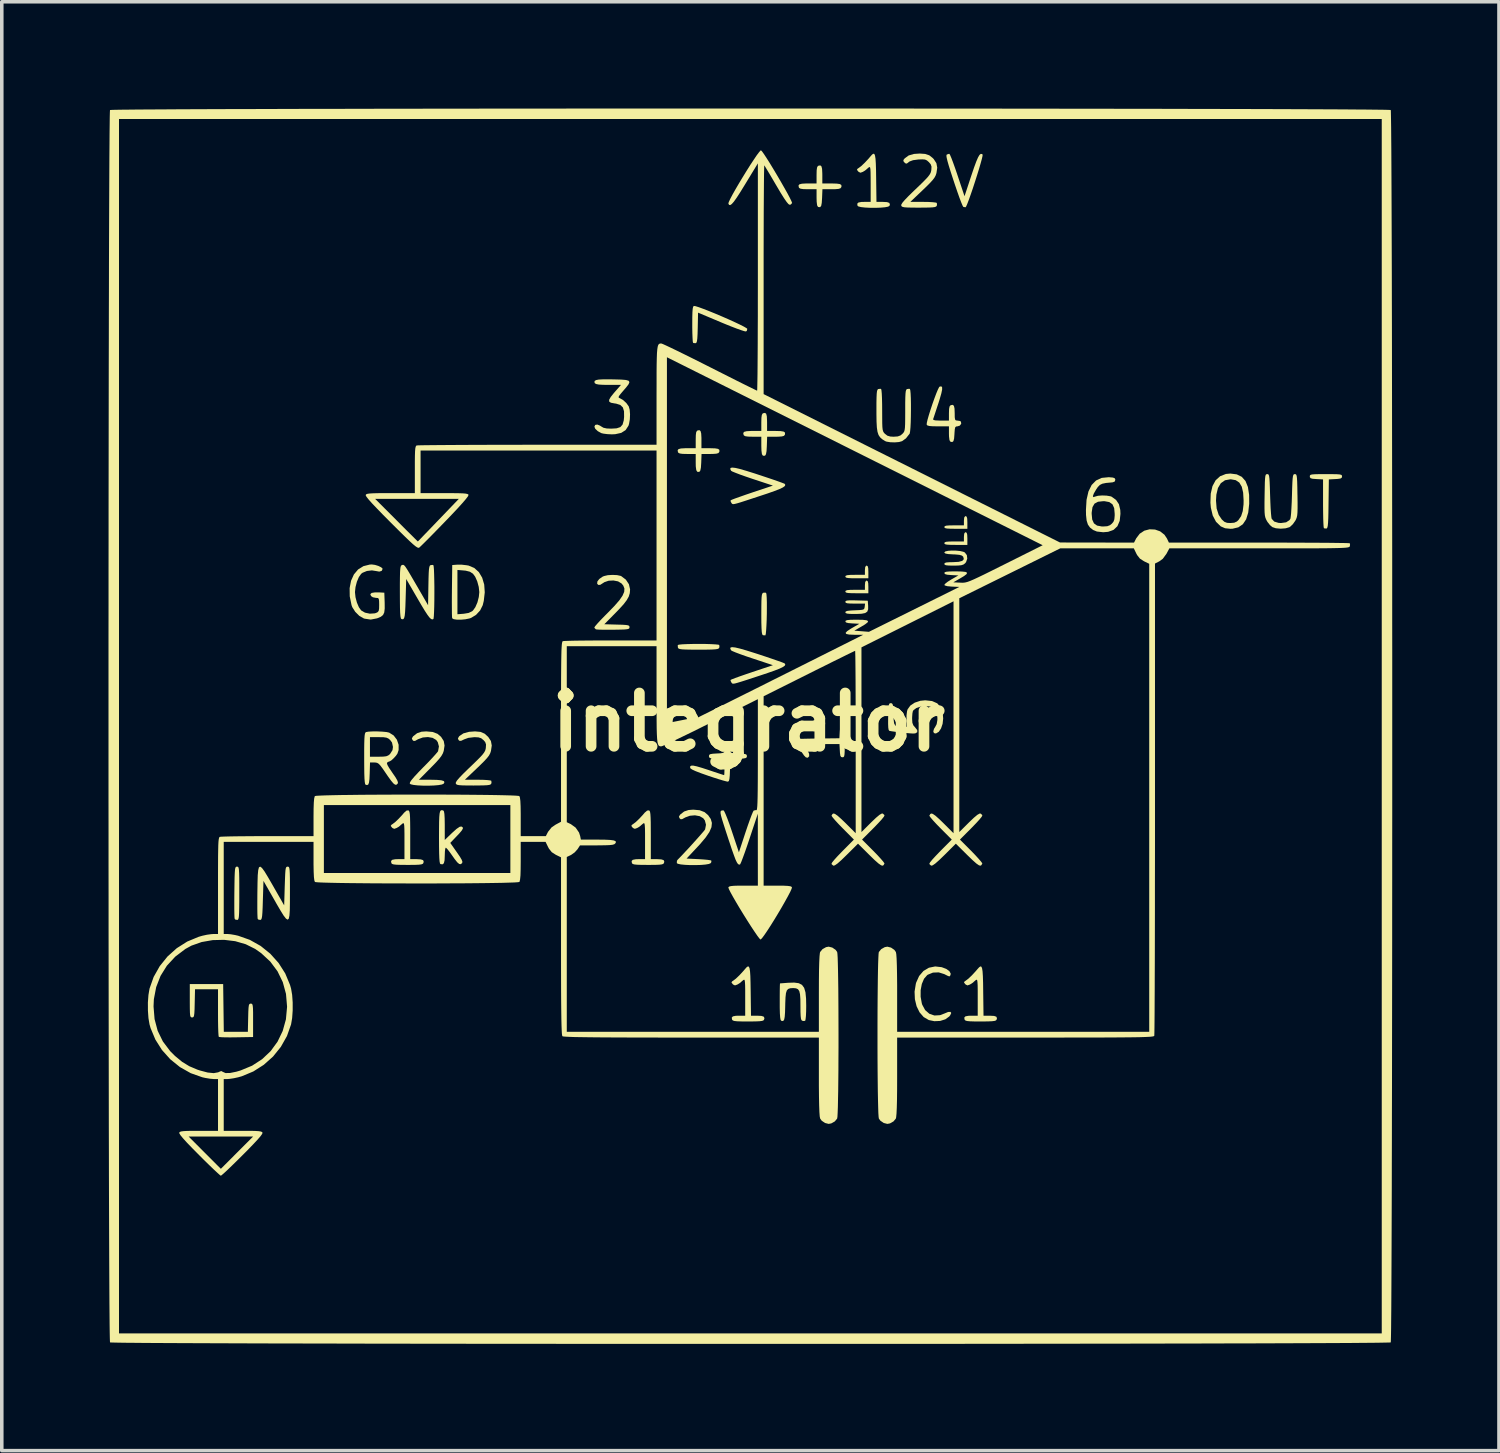
<source format=kicad_pcb>
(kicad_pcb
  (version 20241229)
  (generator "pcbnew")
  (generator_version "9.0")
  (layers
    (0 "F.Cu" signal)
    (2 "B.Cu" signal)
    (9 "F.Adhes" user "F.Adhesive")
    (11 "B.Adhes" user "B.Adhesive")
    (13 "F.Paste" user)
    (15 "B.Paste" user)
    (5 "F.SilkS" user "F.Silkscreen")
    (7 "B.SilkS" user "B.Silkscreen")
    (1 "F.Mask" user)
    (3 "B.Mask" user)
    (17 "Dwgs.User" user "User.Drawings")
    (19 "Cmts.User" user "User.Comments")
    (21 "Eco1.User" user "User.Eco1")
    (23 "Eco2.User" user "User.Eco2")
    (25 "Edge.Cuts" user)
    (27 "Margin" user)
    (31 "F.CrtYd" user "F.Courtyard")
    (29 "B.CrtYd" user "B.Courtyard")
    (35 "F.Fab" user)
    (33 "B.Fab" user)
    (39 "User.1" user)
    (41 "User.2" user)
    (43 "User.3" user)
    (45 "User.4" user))
  (footprint "integrator"
    (layer "F.Cu")
    (at 17.994 17.25)
    (property "Reference" "integrator" (at 0 0 0) (layer "F.SilkS") (effects (font (size 1.5 1.5) (thickness 0.3))))
    (attr board_only exclude_from_pos_files exclude_from_bom)
    (fp_poly (pts (xy 3.346 -4.385) (xy 3.361 -4.328) (xy 3.365 -4.223) (xy 3.365 -4.045) (xy 3.042 -4.045) (xy 2.891 -4.046) (xy 2.794 -4.052) (xy 2.74 -4.064) (xy 2.719 -4.083) (xy 2.718 -4.093) (xy 2.73 -4.117) (xy 2.772 -4.132) (xy 2.857 -4.14) (xy 2.993 -4.142) (xy 3.268 -4.142) (xy 3.268 -4.271) (xy 3.276 -4.361) (xy 3.303 -4.398) (xy 3.317 -4.401)) (stroke (width 0) (type solid)) (fill yes) (layer "F.SilkS"))
    (fp_poly (pts (xy 3.346 -3.964) (xy 3.361 -3.908) (xy 3.365 -3.802) (xy 3.365 -3.624) (xy 3.042 -3.624) (xy 2.891 -3.626) (xy 2.794 -3.631) (xy 2.74 -3.643) (xy 2.719 -3.662) (xy 2.718 -3.672) (xy 2.73 -3.697) (xy 2.772 -3.712) (xy 2.857 -3.719) (xy 2.993 -3.721) (xy 3.268 -3.721) (xy 3.268 -3.85) (xy 3.276 -3.94) (xy 3.303 -3.978) (xy 3.317 -3.98)) (stroke (width 0) (type solid)) (fill yes) (layer "F.SilkS"))
    (fp_poly (pts (xy 6.129 -5.776) (xy 6.144 -5.72) (xy 6.148 -5.614) (xy 6.148 -5.436) (xy 5.824 -5.436) (xy 5.673 -5.438) (xy 5.576 -5.443) (xy 5.523 -5.455) (xy 5.502 -5.474) (xy 5.501 -5.484) (xy 5.512 -5.509) (xy 5.555 -5.524) (xy 5.64 -5.531) (xy 5.776 -5.533) (xy 6.051 -5.533) (xy 6.051 -5.662) (xy 6.059 -5.752) (xy 6.085 -5.789) (xy 6.099 -5.792)) (stroke (width 0) (type solid)) (fill yes) (layer "F.SilkS"))
    (fp_poly (pts (xy 6.129 -5.323) (xy 6.144 -5.267) (xy 6.148 -5.161) (xy 6.148 -4.983) (xy 5.824 -4.983) (xy 5.673 -4.985) (xy 5.576 -4.99) (xy 5.523 -5.002) (xy 5.502 -5.021) (xy 5.501 -5.031) (xy 5.512 -5.056) (xy 5.555 -5.071) (xy 5.64 -5.078) (xy 5.776 -5.08) (xy 6.051 -5.08) (xy 6.051 -5.209) (xy 6.059 -5.299) (xy 6.085 -5.337) (xy 6.099 -5.339)) (stroke (width 0) (type solid)) (fill yes) (layer "F.SilkS"))
    (fp_poly (pts (xy -1.223 -2.199) (xy -1.062 -2.194) (xy -0.935 -2.187) (xy -0.853 -2.179) (xy -0.827 -2.171) (xy -0.821 -2.118) (xy -0.828 -2.09) (xy -0.843 -2.071) (xy -0.878 -2.057) (xy -0.94 -2.048) (xy -1.039 -2.042) (xy -1.185 -2.039) (xy -1.385 -2.038) (xy -1.408 -2.038) (xy -1.614 -2.039) (xy -1.764 -2.042) (xy -1.867 -2.047) (xy -1.933 -2.056) (xy -1.969 -2.069) (xy -1.986 -2.088) (xy -1.987 -2.09) (xy -1.994 -2.151) (xy -1.988 -2.171) (xy -1.951 -2.18) (xy -1.861 -2.189) (xy -1.727 -2.195) (xy -1.561 -2.199) (xy -1.408 -2.2)) (stroke (width 0) (type solid)) (fill yes) (layer "F.SilkS"))
    (fp_poly (pts (xy 0.492 -3.631) (xy 0.501 -3.59) (xy 0.508 -3.498) (xy 0.512 -3.369) (xy 0.512 -3.213) (xy 0.511 -3.045) (xy 0.507 -2.876) (xy 0.5 -2.719) (xy 0.492 -2.586) (xy 0.483 -2.49) (xy 0.472 -2.443) (xy 0.469 -2.44) (xy 0.411 -2.444) (xy 0.396 -2.448) (xy 0.381 -2.472) (xy 0.369 -2.534) (xy 0.362 -2.641) (xy 0.357 -2.799) (xy 0.356 -3.014) (xy 0.356 -3.041) (xy 0.357 -3.249) (xy 0.359 -3.402) (xy 0.364 -3.508) (xy 0.372 -3.576) (xy 0.385 -3.615) (xy 0.402 -3.634) (xy 0.41 -3.638) (xy 0.47 -3.642)) (stroke (width 0) (type solid)) (fill yes) (layer "F.SilkS"))
    (fp_poly (pts (xy -14.362 4.063) (xy -14.346 4.075) (xy -14.335 4.105) (xy -14.327 4.16) (xy -14.322 4.248) (xy -14.319 4.377) (xy -14.318 4.554) (xy -14.318 4.789) (xy -14.318 4.805) (xy -14.318 5.043) (xy -14.32 5.225) (xy -14.323 5.358) (xy -14.328 5.45) (xy -14.336 5.508) (xy -14.348 5.541) (xy -14.363 5.556) (xy -14.375 5.559) (xy -14.431 5.548) (xy -14.448 5.527) (xy -14.453 5.483) (xy -14.456 5.384) (xy -14.458 5.241) (xy -14.458 5.062) (xy -14.457 4.86) (xy -14.456 4.772) (xy -14.453 4.54) (xy -14.45 4.365) (xy -14.445 4.239) (xy -14.439 4.153) (xy -14.43 4.101) (xy -14.417 4.073) (xy -14.401 4.062) (xy -14.383 4.061)) (stroke (width 0) (type solid)) (fill yes) (layer "F.SilkS"))
    (fp_poly (pts (xy 2.954 -3.425) (xy 3.033 -3.423) (xy 3.349 -3.414) (xy 3.359 -3.269) (xy 3.359 -3.173) (xy 3.334 -3.107) (xy 3.276 -3.068) (xy 3.175 -3.048) (xy 3.02 -3.042) (xy 2.987 -3.042) (xy 2.85 -3.044) (xy 2.767 -3.052) (xy 2.727 -3.068) (xy 2.718 -3.089) (xy 2.732 -3.114) (xy 2.783 -3.13) (xy 2.88 -3.14) (xy 2.985 -3.145) (xy 3.116 -3.151) (xy 3.195 -3.159) (xy 3.238 -3.175) (xy 3.255 -3.203) (xy 3.262 -3.244) (xy 3.272 -3.333) (xy 2.995 -3.333) (xy 2.858 -3.335) (xy 2.773 -3.342) (xy 2.731 -3.356) (xy 2.718 -3.38) (xy 2.718 -3.382) (xy 2.727 -3.405) (xy 2.762 -3.419) (xy 2.834 -3.425)) (stroke (width 0) (type solid)) (fill yes) (layer "F.SilkS"))
    (fp_poly (pts (xy 5.83 -4.822) (xy 5.943 -4.811) (xy 6.035 -4.79) (xy 6.076 -4.771) (xy 6.134 -4.695) (xy 6.145 -4.597) (xy 6.111 -4.499) (xy 6.083 -4.465) (xy 6.039 -4.432) (xy 5.977 -4.412) (xy 5.883 -4.403) (xy 5.759 -4.401) (xy 5.627 -4.403) (xy 5.547 -4.411) (xy 5.509 -4.428) (xy 5.501 -4.449) (xy 5.513 -4.475) (xy 5.56 -4.49) (xy 5.652 -4.497) (xy 5.739 -4.498) (xy 5.903 -4.507) (xy 6.006 -4.535) (xy 6.049 -4.583) (xy 6.031 -4.651) (xy 6.029 -4.654) (xy 5.993 -4.684) (xy 5.923 -4.704) (xy 5.805 -4.715) (xy 5.748 -4.717) (xy 5.616 -4.725) (xy 5.539 -4.738) (xy 5.505 -4.759) (xy 5.501 -4.774) (xy 5.53 -4.8) (xy 5.606 -4.817) (xy 5.711 -4.824)) (stroke (width 0) (type solid)) (fill yes) (layer "F.SilkS"))
    (fp_poly (pts (xy -1.495 -11.694) (xy -1.402 -11.665) (xy -1.271 -11.617) (xy -1.112 -11.555) (xy -0.935 -11.483) (xy -0.751 -11.405) (xy -0.568 -11.325) (xy -0.398 -11.248) (xy -0.25 -11.178) (xy -0.134 -11.119) (xy -0.06 -11.076) (xy -0.038 -11.055) (xy -0.052 -11) (xy -0.075 -10.983) (xy -0.118 -10.99) (xy -0.21 -11.019) (xy -0.344 -11.067) (xy -0.508 -11.13) (xy -0.695 -11.206) (xy -0.772 -11.238) (xy -1.422 -11.512) (xy -1.431 -11.087) (xy -1.436 -10.91) (xy -1.443 -10.788) (xy -1.453 -10.711) (xy -1.467 -10.669) (xy -1.488 -10.653) (xy -1.49 -10.653) (xy -1.548 -10.657) (xy -1.563 -10.666) (xy -1.571 -10.704) (xy -1.577 -10.796) (xy -1.582 -10.929) (xy -1.585 -11.091) (xy -1.585 -11.186) (xy -1.584 -11.384) (xy -1.58 -11.525) (xy -1.573 -11.62) (xy -1.561 -11.674) (xy -1.544 -11.698) (xy -1.541 -11.7)) (stroke (width 0) (type solid)) (fill yes) (layer "F.SilkS"))
    (fp_poly (pts (xy 16.406 -6.972) (xy 16.531 -6.97) (xy 16.61 -6.964) (xy 16.655 -6.954) (xy 16.675 -6.937) (xy 16.68 -6.913) (xy 16.68 -6.908) (xy 16.671 -6.871) (xy 16.636 -6.849) (xy 16.56 -6.838) (xy 16.494 -6.834) (xy 16.309 -6.824) (xy 16.3 -6.139) (xy 16.297 -5.908) (xy 16.293 -5.734) (xy 16.287 -5.609) (xy 16.279 -5.525) (xy 16.268 -5.475) (xy 16.254 -5.45) (xy 16.241 -5.443) (xy 16.184 -5.447) (xy 16.169 -5.456) (xy 16.162 -5.494) (xy 16.156 -5.587) (xy 16.151 -5.724) (xy 16.148 -5.896) (xy 16.146 -6.094) (xy 16.146 -6.152) (xy 16.146 -6.824) (xy 15.96 -6.834) (xy 15.854 -6.842) (xy 15.798 -6.857) (xy 15.776 -6.885) (xy 15.774 -6.908) (xy 15.777 -6.934) (xy 15.794 -6.952) (xy 15.834 -6.963) (xy 15.907 -6.969) (xy 16.024 -6.972) (xy 16.193 -6.973) (xy 16.227 -6.973)) (stroke (width 0) (type solid)) (fill yes) (layer "F.SilkS"))
    (fp_poly (pts (xy -1.352 -8.183) (xy -1.334 -8.114) (xy -1.327 -7.993) (xy -1.327 -7.942) (xy -1.327 -7.701) (xy -1.086 -7.701) (xy -0.946 -7.697) (xy -0.861 -7.683) (xy -0.823 -7.655) (xy -0.822 -7.609) (xy -0.828 -7.591) (xy -0.853 -7.563) (xy -0.91 -7.547) (xy -1.011 -7.54) (xy -1.086 -7.539) (xy -1.324 -7.539) (xy -1.333 -7.291) (xy -1.342 -7.154) (xy -1.359 -7.072) (xy -1.387 -7.036) (xy -1.432 -7.037) (xy -1.448 -7.043) (xy -1.472 -7.085) (xy -1.486 -7.188) (xy -1.488 -7.299) (xy -1.488 -7.539) (xy -1.728 -7.539) (xy -1.858 -7.542) (xy -1.936 -7.553) (xy -1.977 -7.574) (xy -1.987 -7.591) (xy -1.996 -7.643) (xy -1.971 -7.676) (xy -1.902 -7.694) (xy -1.78 -7.701) (xy -1.729 -7.701) (xy -1.488 -7.701) (xy -1.488 -7.94) (xy -1.485 -8.07) (xy -1.475 -8.149) (xy -1.453 -8.189) (xy -1.437 -8.199) (xy -1.385 -8.209)) (stroke (width 0) (type solid)) (fill yes) (layer "F.SilkS"))
    (fp_poly (pts (xy 0.493 -8.669) (xy 0.511 -8.6) (xy 0.517 -8.478) (xy 0.518 -8.427) (xy 0.518 -8.186) (xy 0.758 -8.186) (xy 0.899 -8.182) (xy 0.984 -8.168) (xy 1.022 -8.14) (xy 1.022 -8.095) (xy 1.016 -8.076) (xy 0.991 -8.048) (xy 0.934 -8.032) (xy 0.833 -8.025) (xy 0.758 -8.024) (xy 0.52 -8.024) (xy 0.511 -7.76) (xy 0.503 -7.618) (xy 0.487 -7.532) (xy 0.461 -7.491) (xy 0.42 -7.488) (xy 0.396 -7.496) (xy 0.373 -7.535) (xy 0.36 -7.633) (xy 0.356 -7.768) (xy 0.356 -8.024) (xy 0.117 -8.024) (xy -0.013 -8.027) (xy -0.092 -8.038) (xy -0.132 -8.059) (xy -0.142 -8.076) (xy -0.152 -8.128) (xy -0.127 -8.161) (xy -0.058 -8.179) (xy 0.064 -8.186) (xy 0.115 -8.186) (xy 0.356 -8.186) (xy 0.356 -8.425) (xy 0.359 -8.556) (xy 0.37 -8.634) (xy 0.391 -8.674) (xy 0.407 -8.684) (xy 0.46 -8.694)) (stroke (width 0) (type solid)) (fill yes) (layer "F.SilkS"))
    (fp_poly (pts (xy 2.046 -15.625) (xy 2.064 -15.556) (xy 2.07 -15.435) (xy 2.071 -15.384) (xy 2.071 -15.143) (xy 2.328 -15.143) (xy 2.473 -15.139) (xy 2.562 -15.127) (xy 2.605 -15.101) (xy 2.61 -15.059) (xy 2.601 -15.033) (xy 2.578 -15.006) (xy 2.524 -14.99) (xy 2.427 -14.982) (xy 2.328 -14.981) (xy 2.074 -14.981) (xy 2.064 -14.733) (xy 2.055 -14.596) (xy 2.039 -14.514) (xy 2.01 -14.478) (xy 1.966 -14.479) (xy 1.949 -14.485) (xy 1.925 -14.527) (xy 1.912 -14.63) (xy 1.909 -14.741) (xy 1.909 -14.981) (xy 1.67 -14.981) (xy 1.54 -14.984) (xy 1.461 -14.995) (xy 1.421 -15.016) (xy 1.411 -15.033) (xy 1.401 -15.085) (xy 1.426 -15.118) (xy 1.496 -15.136) (xy 1.617 -15.143) (xy 1.668 -15.143) (xy 1.909 -15.143) (xy 1.909 -15.382) (xy 1.912 -15.512) (xy 1.923 -15.591) (xy 1.944 -15.631) (xy 1.96 -15.641) (xy 2.013 -15.651)) (stroke (width 0) (type solid)) (fill yes) (layer "F.SilkS"))
    (fp_poly (pts (xy 6.56 -15.97) (xy 6.576 -15.957) (xy 6.575 -15.919) (xy 6.555 -15.832) (xy 6.52 -15.704) (xy 6.474 -15.546) (xy 6.419 -15.369) (xy 6.36 -15.184) (xy 6.3 -15) (xy 6.241 -14.829) (xy 6.188 -14.68) (xy 6.144 -14.565) (xy 6.112 -14.493) (xy 6.098 -14.474) (xy 6.045 -14.481) (xy 6.031 -14.488) (xy 6.011 -14.525) (xy 5.974 -14.614) (xy 5.924 -14.746) (xy 5.865 -14.913) (xy 5.799 -15.106) (xy 5.761 -15.22) (xy 5.684 -15.456) (xy 5.627 -15.638) (xy 5.589 -15.771) (xy 5.567 -15.864) (xy 5.559 -15.921) (xy 5.566 -15.951) (xy 5.571 -15.956) (xy 5.627 -15.975) (xy 5.644 -15.974) (xy 5.663 -15.941) (xy 5.699 -15.857) (xy 5.747 -15.73) (xy 5.804 -15.571) (xy 5.866 -15.389) (xy 5.871 -15.374) (xy 6.068 -14.784) (xy 6.26 -15.367) (xy 6.336 -15.591) (xy 6.398 -15.759) (xy 6.448 -15.875) (xy 6.489 -15.945) (xy 6.526 -15.975)) (stroke (width 0) (type solid)) (fill yes) (layer "F.SilkS"))
    (fp_poly (pts (xy 5.427 6.887) (xy 5.554 6.935) (xy 5.641 6.997) (xy 5.679 7.064) (xy 5.675 7.101) (xy 5.66 7.135) (xy 5.639 7.146) (xy 5.597 7.131) (xy 5.515 7.09) (xy 5.5 7.082) (xy 5.343 7.033) (xy 5.181 7.039) (xy 5.035 7.099) (xy 5.018 7.111) (xy 4.93 7.212) (xy 4.868 7.358) (xy 4.835 7.532) (xy 4.834 7.718) (xy 4.867 7.901) (xy 4.879 7.941) (xy 4.961 8.093) (xy 5.079 8.196) (xy 5.222 8.245) (xy 5.38 8.236) (xy 5.501 8.19) (xy 5.607 8.146) (xy 5.673 8.143) (xy 5.695 8.174) (xy 5.666 8.238) (xy 5.638 8.273) (xy 5.529 8.352) (xy 5.383 8.398) (xy 5.22 8.405) (xy 5.064 8.373) (xy 4.92 8.289) (xy 4.805 8.157) (xy 4.721 7.986) (xy 4.673 7.788) (xy 4.664 7.574) (xy 4.699 7.356) (xy 4.708 7.322) (xy 4.792 7.135) (xy 4.914 6.993) (xy 5.067 6.902) (xy 5.244 6.866)) (stroke (width 0) (type solid)) (fill yes) (layer "F.SilkS"))
    (fp_poly (pts (xy -0.378 -7.148) (xy -0.246 -7.117) (xy -0.065 -7.065) (xy 0.171 -6.991) (xy 0.286 -6.953) (xy 0.488 -6.886) (xy 0.67 -6.825) (xy 0.822 -6.772) (xy 0.935 -6.731) (xy 1 -6.706) (xy 1.012 -6.7) (xy 1.03 -6.67) (xy 1.016 -6.637) (xy 0.964 -6.599) (xy 0.87 -6.554) (xy 0.727 -6.498) (xy 0.532 -6.429) (xy 0.347 -6.368) (xy 0.107 -6.289) (xy -0.079 -6.228) (xy -0.218 -6.183) (xy -0.318 -6.153) (xy -0.385 -6.136) (xy -0.428 -6.129) (xy -0.453 -6.132) (xy -0.468 -6.142) (xy -0.48 -6.157) (xy -0.485 -6.164) (xy -0.51 -6.215) (xy -0.504 -6.238) (xy -0.467 -6.255) (xy -0.379 -6.289) (xy -0.249 -6.335) (xy -0.088 -6.392) (xy 0.095 -6.454) (xy 0.1 -6.456) (xy 0.682 -6.65) (xy 0.106 -6.84) (xy -0.076 -6.902) (xy -0.238 -6.959) (xy -0.368 -7.009) (xy -0.456 -7.045) (xy -0.493 -7.066) (xy -0.517 -7.116) (xy -0.509 -7.146) (xy -0.464 -7.157)) (stroke (width 0) (type solid)) (fill yes) (layer "F.SilkS"))
    (fp_poly (pts (xy -0.378 -2.1) (xy -0.246 -2.069) (xy -0.065 -2.017) (xy 0.171 -1.943) (xy 0.286 -1.906) (xy 0.488 -1.839) (xy 0.67 -1.777) (xy 0.822 -1.724) (xy 0.935 -1.684) (xy 1 -1.658) (xy 1.012 -1.652) (xy 1.03 -1.622) (xy 1.016 -1.589) (xy 0.964 -1.552) (xy 0.87 -1.506) (xy 0.727 -1.45) (xy 0.532 -1.382) (xy 0.347 -1.32) (xy 0.107 -1.241) (xy -0.079 -1.18) (xy -0.218 -1.136) (xy -0.318 -1.106) (xy -0.385 -1.088) (xy -0.428 -1.082) (xy -0.453 -1.084) (xy -0.468 -1.094) (xy -0.48 -1.109) (xy -0.485 -1.116) (xy -0.51 -1.167) (xy -0.504 -1.19) (xy -0.467 -1.207) (xy -0.379 -1.241) (xy -0.249 -1.288) (xy -0.088 -1.344) (xy 0.095 -1.406) (xy 0.1 -1.408) (xy 0.682 -1.602) (xy 0.106 -1.793) (xy -0.076 -1.854) (xy -0.238 -1.912) (xy -0.368 -1.961) (xy -0.456 -1.998) (xy -0.493 -2.019) (xy -0.517 -2.068) (xy -0.509 -2.099) (xy -0.464 -2.109)) (stroke (width 0) (type solid)) (fill yes) (layer "F.SilkS"))
    (fp_poly (pts (xy 2.663 0.084) (xy 2.68 0.101) (xy 2.692 0.141) (xy 2.698 0.214) (xy 2.701 0.331) (xy 2.702 0.5) (xy 2.702 0.534) (xy 2.701 0.713) (xy 2.699 0.838) (xy 2.693 0.917) (xy 2.683 0.962) (xy 2.666 0.982) (xy 2.642 0.987) (xy 2.637 0.987) (xy 2.6 0.979) (xy 2.578 0.944) (xy 2.567 0.867) (xy 2.563 0.801) (xy 2.553 0.615) (xy 2.031 0.615) (xy 1.509 0.615) (xy 1.576 0.688) (xy 1.656 0.793) (xy 1.7 0.889) (xy 1.702 0.957) (xy 1.663 1) (xy 1.608 0.989) (xy 1.551 0.93) (xy 1.536 0.905) (xy 1.482 0.832) (xy 1.395 0.747) (xy 1.324 0.69) (xy 1.228 0.612) (xy 1.177 0.548) (xy 1.172 0.522) (xy 1.182 0.504) (xy 1.209 0.49) (xy 1.262 0.48) (xy 1.348 0.473) (xy 1.476 0.468) (xy 1.653 0.464) (xy 1.867 0.46) (xy 2.553 0.452) (xy 2.563 0.266) (xy 2.571 0.16) (xy 2.586 0.104) (xy 2.614 0.083) (xy 2.637 0.081)) (stroke (width 0) (type solid)) (fill yes) (layer "F.SilkS"))
    (fp_poly (pts (xy -8.064 -4.427) (xy -7.925 -4.411) (xy -7.873 -4.402) (xy -7.713 -4.335) (xy -7.584 -4.219) (xy -7.49 -4.061) (xy -7.433 -3.868) (xy -7.418 -3.649) (xy -7.445 -3.411) (xy -7.475 -3.288) (xy -7.547 -3.142) (xy -7.663 -3.016) (xy -7.803 -2.931) (xy -7.846 -2.916) (xy -7.964 -2.892) (xy -8.089 -2.881) (xy -8.204 -2.882) (xy -8.291 -2.895) (xy -8.333 -2.92) (xy -8.334 -2.921) (xy -8.338 -2.964) (xy -8.341 -3.062) (xy -8.342 -3.205) (xy -8.343 -3.383) (xy -8.342 -3.587) (xy -8.341 -3.656) (xy -8.186 -3.656) (xy -8.186 -3.034) (xy -8.008 -3.048) (xy -7.871 -3.071) (xy -7.775 -3.117) (xy -7.749 -3.139) (xy -7.682 -3.233) (xy -7.624 -3.367) (xy -7.585 -3.519) (xy -7.571 -3.656) (xy -7.587 -3.803) (xy -7.628 -3.955) (xy -7.686 -4.087) (xy -7.749 -4.173) (xy -7.835 -4.229) (xy -7.955 -4.259) (xy -8.008 -4.264) (xy -8.186 -4.279) (xy -8.186 -3.656) (xy -8.341 -3.656) (xy -8.341 -3.689) (xy -8.332 -4.417) (xy -8.186 -4.428)) (stroke (width 0) (type solid)) (fill yes) (layer "F.SilkS"))
    (fp_poly (pts (xy 3.533 -15.972) (xy 3.552 -15.926) (xy 3.566 -15.837) (xy 3.575 -15.699) (xy 3.581 -15.506) (xy 3.584 -15.294) (xy 3.593 -14.625) (xy 3.768 -14.625) (xy 3.889 -14.619) (xy 3.953 -14.597) (xy 3.97 -14.555) (xy 3.96 -14.515) (xy 3.92 -14.491) (xy 3.831 -14.474) (xy 3.707 -14.463) (xy 3.562 -14.458) (xy 3.413 -14.459) (xy 3.273 -14.466) (xy 3.158 -14.479) (xy 3.083 -14.498) (xy 3.061 -14.515) (xy 3.052 -14.573) (xy 3.085 -14.607) (xy 3.169 -14.623) (xy 3.254 -14.625) (xy 3.43 -14.625) (xy 3.43 -15.131) (xy 3.429 -15.321) (xy 3.427 -15.455) (xy 3.423 -15.542) (xy 3.415 -15.589) (xy 3.402 -15.605) (xy 3.384 -15.6) (xy 3.373 -15.592) (xy 3.321 -15.548) (xy 3.3 -15.528) (xy 3.262 -15.5) (xy 3.208 -15.468) (xy 3.143 -15.445) (xy 3.095 -15.467) (xy 3.078 -15.483) (xy 3.044 -15.527) (xy 3.061 -15.557) (xy 3.089 -15.575) (xy 3.166 -15.633) (xy 3.266 -15.728) (xy 3.373 -15.843) (xy 3.422 -15.901) (xy 3.469 -15.954) (xy 3.505 -15.979)) (stroke (width 0) (type solid)) (fill yes) (layer "F.SilkS"))
    (fp_poly (pts (xy -14.762 8.033) (xy -14.753 8.704) (xy -14.415 8.704) (xy -14.077 8.704) (xy -14.068 8.308) (xy -14.064 8.142) (xy -14.058 8.03) (xy -14.049 7.961) (xy -14.035 7.926) (xy -14.014 7.913) (xy -13.994 7.911) (xy -13.969 7.914) (xy -13.951 7.931) (xy -13.94 7.97) (xy -13.933 8.042) (xy -13.93 8.156) (xy -13.93 8.322) (xy -13.93 8.38) (xy -13.93 8.85) (xy -14.401 8.858) (xy -14.569 8.86) (xy -14.714 8.859) (xy -14.824 8.855) (xy -14.885 8.848) (xy -14.894 8.845) (xy -14.901 8.807) (xy -14.907 8.715) (xy -14.912 8.578) (xy -14.915 8.406) (xy -14.916 8.21) (xy -14.916 8.165) (xy -14.916 7.507) (xy -15.239 7.507) (xy -15.562 7.507) (xy -15.571 7.903) (xy -15.575 8.069) (xy -15.581 8.181) (xy -15.59 8.249) (xy -15.604 8.285) (xy -15.625 8.298) (xy -15.644 8.299) (xy -15.67 8.296) (xy -15.687 8.28) (xy -15.699 8.241) (xy -15.705 8.169) (xy -15.708 8.055) (xy -15.709 7.889) (xy -15.709 7.83) (xy -15.709 7.361) (xy -15.24 7.361) (xy -14.771 7.361)) (stroke (width 0) (type solid)) (fill yes) (layer "F.SilkS"))
    (fp_poly (pts (xy 13.72 -6.966) (xy 13.861 -6.897) (xy 13.966 -6.779) (xy 14.034 -6.61) (xy 14.068 -6.389) (xy 14.07 -6.139) (xy 14.043 -5.893) (xy 13.984 -5.702) (xy 13.892 -5.564) (xy 13.765 -5.477) (xy 13.602 -5.438) (xy 13.541 -5.436) (xy 13.394 -5.451) (xy 13.277 -5.501) (xy 13.265 -5.509) (xy 13.137 -5.634) (xy 13.045 -5.809) (xy 12.992 -6.031) (xy 12.98 -6.169) (xy 12.982 -6.229) (xy 13.137 -6.229) (xy 13.155 -6.005) (xy 13.213 -5.827) (xy 13.301 -5.697) (xy 13.373 -5.632) (xy 13.449 -5.603) (xy 13.541 -5.598) (xy 13.649 -5.607) (xy 13.724 -5.641) (xy 13.769 -5.683) (xy 13.843 -5.792) (xy 13.889 -5.934) (xy 13.911 -6.121) (xy 13.913 -6.229) (xy 13.9 -6.452) (xy 13.861 -6.619) (xy 13.792 -6.735) (xy 13.691 -6.803) (xy 13.555 -6.827) (xy 13.539 -6.827) (xy 13.39 -6.8) (xy 13.273 -6.718) (xy 13.192 -6.583) (xy 13.147 -6.397) (xy 13.137 -6.229) (xy 12.982 -6.229) (xy 12.989 -6.425) (xy 13.038 -6.636) (xy 13.127 -6.8) (xy 13.253 -6.914) (xy 13.415 -6.977) (xy 13.541 -6.989)) (stroke (width 0) (type solid)) (fill yes) (layer "F.SilkS"))
    (fp_poly (pts (xy 0.005 6.872) (xy 0.025 6.916) (xy 0.039 7.003) (xy 0.048 7.139) (xy 0.053 7.329) (xy 0.057 7.566) (xy 0.066 8.251) (xy 0.241 8.251) (xy 0.362 8.257) (xy 0.426 8.279) (xy 0.444 8.321) (xy 0.433 8.361) (xy 0.416 8.383) (xy 0.377 8.397) (xy 0.306 8.406) (xy 0.193 8.411) (xy 0.027 8.413) (xy -0.016 8.413) (xy -0.194 8.412) (xy -0.318 8.408) (xy -0.397 8.4) (xy -0.442 8.386) (xy -0.463 8.366) (xy -0.466 8.361) (xy -0.475 8.304) (xy -0.442 8.269) (xy -0.358 8.253) (xy -0.273 8.251) (xy -0.097 8.251) (xy -0.097 7.729) (xy -0.097 7.535) (xy -0.099 7.398) (xy -0.104 7.308) (xy -0.111 7.258) (xy -0.123 7.239) (xy -0.141 7.243) (xy -0.154 7.252) (xy -0.206 7.296) (xy -0.226 7.316) (xy -0.265 7.344) (xy -0.319 7.376) (xy -0.384 7.399) (xy -0.432 7.377) (xy -0.449 7.361) (xy -0.483 7.316) (xy -0.466 7.287) (xy -0.438 7.269) (xy -0.361 7.211) (xy -0.261 7.116) (xy -0.154 7) (xy -0.105 6.943) (xy -0.059 6.891) (xy -0.022 6.865)) (stroke (width 0) (type solid)) (fill yes) (layer "F.SilkS"))
    (fp_poly (pts (xy 1.408 7.337) (xy 1.499 7.384) (xy 1.56 7.467) (xy 1.597 7.593) (xy 1.614 7.77) (xy 1.618 7.972) (xy 1.616 8.128) (xy 1.61 8.258) (xy 1.6 8.351) (xy 1.589 8.394) (xy 1.588 8.395) (xy 1.536 8.4) (xy 1.508 8.393) (xy 1.485 8.375) (xy 1.471 8.335) (xy 1.462 8.261) (xy 1.457 8.143) (xy 1.456 7.975) (xy 1.454 7.784) (xy 1.444 7.648) (xy 1.423 7.559) (xy 1.386 7.506) (xy 1.331 7.481) (xy 1.253 7.474) (xy 1.25 7.474) (xy 1.169 7.479) (xy 1.112 7.498) (xy 1.073 7.541) (xy 1.049 7.617) (xy 1.036 7.737) (xy 1.029 7.909) (xy 1.028 7.973) (xy 1.023 8.154) (xy 1.014 8.279) (xy 1 8.355) (xy 0.978 8.393) (xy 0.946 8.401) (xy 0.914 8.391) (xy 0.898 8.366) (xy 0.886 8.301) (xy 0.878 8.189) (xy 0.874 8.025) (xy 0.874 7.86) (xy 0.874 7.685) (xy 0.875 7.536) (xy 0.877 7.423) (xy 0.88 7.356) (xy 0.882 7.343) (xy 0.916 7.34) (xy 0.997 7.334) (xy 1.108 7.325) (xy 1.113 7.325) (xy 1.281 7.32)) (stroke (width 0) (type solid)) (fill yes) (layer "F.SilkS"))
    (fp_poly (pts (xy 6.541 6.872) (xy 6.561 6.916) (xy 6.575 7.003) (xy 6.584 7.139) (xy 6.59 7.329) (xy 6.593 7.566) (xy 6.602 8.251) (xy 6.777 8.251) (xy 6.898 8.257) (xy 6.962 8.279) (xy 6.98 8.321) (xy 6.97 8.361) (xy 6.952 8.383) (xy 6.913 8.397) (xy 6.842 8.406) (xy 6.729 8.411) (xy 6.563 8.413) (xy 6.52 8.413) (xy 6.342 8.412) (xy 6.218 8.408) (xy 6.139 8.4) (xy 6.094 8.386) (xy 6.073 8.366) (xy 6.07 8.361) (xy 6.061 8.304) (xy 6.094 8.269) (xy 6.178 8.253) (xy 6.263 8.251) (xy 6.439 8.251) (xy 6.439 7.729) (xy 6.439 7.535) (xy 6.437 7.398) (xy 6.432 7.308) (xy 6.425 7.258) (xy 6.413 7.239) (xy 6.395 7.243) (xy 6.382 7.252) (xy 6.33 7.296) (xy 6.31 7.316) (xy 6.271 7.344) (xy 6.217 7.376) (xy 6.152 7.399) (xy 6.104 7.377) (xy 6.087 7.361) (xy 6.053 7.316) (xy 6.07 7.287) (xy 6.098 7.269) (xy 6.175 7.211) (xy 6.275 7.116) (xy 6.382 7) (xy 6.431 6.943) (xy 6.478 6.891) (xy 6.514 6.865)) (stroke (width 0) (type solid)) (fill yes) (layer "F.SilkS"))
    (fp_poly (pts (xy -9.547 2.493) (xy -9.534 2.525) (xy -9.524 2.583) (xy -9.518 2.675) (xy -9.515 2.81) (xy -9.513 2.995) (xy -9.513 3.174) (xy -9.513 3.85) (xy -9.337 3.85) (xy -9.216 3.857) (xy -9.151 3.878) (xy -9.134 3.92) (xy -9.144 3.961) (xy -9.161 3.982) (xy -9.2 3.997) (xy -9.271 4.006) (xy -9.385 4.011) (xy -9.55 4.012) (xy -9.594 4.012) (xy -9.772 4.011) (xy -9.896 4.007) (xy -9.975 3.999) (xy -10.02 3.986) (xy -10.041 3.966) (xy -10.043 3.961) (xy -10.052 3.903) (xy -10.019 3.869) (xy -9.936 3.853) (xy -9.851 3.85) (xy -9.675 3.85) (xy -9.675 3.329) (xy -9.675 3.135) (xy -9.677 2.997) (xy -9.681 2.908) (xy -9.689 2.858) (xy -9.701 2.839) (xy -9.719 2.842) (xy -9.731 2.852) (xy -9.784 2.895) (xy -9.804 2.915) (xy -9.842 2.944) (xy -9.897 2.975) (xy -9.961 2.998) (xy -10.01 2.977) (xy -10.026 2.961) (xy -10.061 2.916) (xy -10.043 2.886) (xy -10.015 2.868) (xy -9.939 2.811) (xy -9.84 2.717) (xy -9.734 2.603) (xy -9.685 2.545) (xy -9.617 2.485) (xy -9.564 2.479)) (stroke (width 0) (type solid)) (fill yes) (layer "F.SilkS"))
    (fp_poly (pts (xy -2.784 2.493) (xy -2.771 2.525) (xy -2.762 2.583) (xy -2.756 2.675) (xy -2.752 2.81) (xy -2.751 2.995) (xy -2.75 3.174) (xy -2.75 3.85) (xy -2.574 3.85) (xy -2.454 3.857) (xy -2.389 3.878) (xy -2.371 3.92) (xy -2.382 3.961) (xy -2.399 3.982) (xy -2.438 3.997) (xy -2.509 4.006) (xy -2.622 4.011) (xy -2.788 4.012) (xy -2.831 4.012) (xy -3.009 4.011) (xy -3.133 4.007) (xy -3.212 3.999) (xy -3.257 3.986) (xy -3.278 3.966) (xy -3.281 3.961) (xy -3.29 3.903) (xy -3.257 3.869) (xy -3.173 3.853) (xy -3.088 3.85) (xy -2.912 3.85) (xy -2.912 3.329) (xy -2.912 3.135) (xy -2.914 2.997) (xy -2.919 2.908) (xy -2.926 2.858) (xy -2.938 2.839) (xy -2.956 2.842) (xy -2.969 2.852) (xy -3.021 2.895) (xy -3.042 2.915) (xy -3.08 2.944) (xy -3.134 2.975) (xy -3.199 2.998) (xy -3.247 2.977) (xy -3.264 2.961) (xy -3.298 2.916) (xy -3.281 2.886) (xy -3.253 2.868) (xy -3.177 2.811) (xy -3.078 2.717) (xy -2.972 2.603) (xy -2.923 2.545) (xy -2.854 2.485) (xy -2.801 2.479)) (stroke (width 0) (type solid)) (fill yes) (layer "F.SilkS"))
    (fp_poly (pts (xy -13.68 4.098) (xy -13.61 4.193) (xy -13.518 4.344) (xy -13.399 4.549) (xy -13.367 4.605) (xy -13.056 5.149) (xy -13.04 4.605) (xy -13.033 4.406) (xy -13.027 4.262) (xy -13.02 4.165) (xy -13.01 4.105) (xy -12.996 4.074) (xy -12.977 4.062) (xy -12.959 4.061) (xy -12.938 4.063) (xy -12.922 4.075) (xy -12.911 4.105) (xy -12.903 4.16) (xy -12.898 4.248) (xy -12.895 4.377) (xy -12.894 4.554) (xy -12.894 4.788) (xy -12.894 4.805) (xy -12.895 5.078) (xy -12.898 5.287) (xy -12.908 5.435) (xy -12.927 5.523) (xy -12.958 5.551) (xy -13.005 5.522) (xy -13.071 5.437) (xy -13.158 5.297) (xy -13.271 5.104) (xy -13.327 5.005) (xy -13.638 4.461) (xy -13.655 5.005) (xy -13.661 5.205) (xy -13.668 5.351) (xy -13.676 5.45) (xy -13.687 5.511) (xy -13.701 5.544) (xy -13.721 5.558) (xy -13.727 5.559) (xy -13.784 5.548) (xy -13.801 5.527) (xy -13.805 5.483) (xy -13.809 5.384) (xy -13.811 5.241) (xy -13.811 5.062) (xy -13.81 4.86) (xy -13.809 4.772) (xy -13.805 4.505) (xy -13.799 4.302) (xy -13.786 4.161) (xy -13.765 4.081) (xy -13.73 4.06)) (stroke (width 0) (type solid)) (fill yes) (layer "F.SilkS"))
    (fp_poly (pts (xy -8.883 0.275) (xy -8.746 0.327) (xy -8.646 0.412) (xy -8.571 0.529) (xy -8.548 0.656) (xy -8.571 0.807) (xy -8.595 0.876) (xy -8.635 0.947) (xy -8.699 1.031) (xy -8.794 1.137) (xy -8.929 1.275) (xy -8.939 1.286) (xy -9.269 1.618) (xy -8.946 1.618) (xy -8.764 1.622) (xy -8.641 1.633) (xy -8.571 1.654) (xy -8.551 1.685) (xy -8.572 1.729) (xy -8.623 1.752) (xy -8.721 1.769) (xy -8.852 1.78) (xy -9.001 1.785) (xy -9.155 1.784) (xy -9.299 1.777) (xy -9.419 1.764) (xy -9.499 1.746) (xy -9.526 1.726) (xy -9.519 1.69) (xy -9.477 1.626) (xy -9.395 1.529) (xy -9.272 1.397) (xy -9.15 1.272) (xy -9.018 1.138) (xy -8.903 1.016) (xy -8.811 0.915) (xy -8.751 0.845) (xy -8.73 0.816) (xy -8.706 0.682) (xy -8.739 0.56) (xy -8.783 0.5) (xy -8.883 0.441) (xy -9.015 0.418) (xy -9.158 0.43) (xy -9.29 0.478) (xy -9.303 0.485) (xy -9.375 0.525) (xy -9.417 0.528) (xy -9.447 0.503) (xy -9.467 0.457) (xy -9.438 0.406) (xy -9.427 0.394) (xy -9.321 0.311) (xy -9.196 0.268) (xy -9.064 0.259)) (stroke (width 0) (type solid)) (fill yes) (layer "F.SilkS"))
    (fp_poly (pts (xy -8.587 2.481) (xy -8.583 2.483) (xy -8.564 2.51) (xy -8.552 2.581) (xy -8.545 2.702) (xy -8.542 2.88) (xy -8.542 2.904) (xy -8.542 3.311) (xy -8.335 3.111) (xy -8.211 3) (xy -8.124 2.941) (xy -8.076 2.932) (xy -8.038 2.954) (xy -8.032 2.988) (xy -8.061 3.041) (xy -8.13 3.124) (xy -8.206 3.204) (xy -8.387 3.394) (xy -8.203 3.656) (xy -8.116 3.782) (xy -8.066 3.868) (xy -8.046 3.924) (xy -8.053 3.958) (xy -8.056 3.963) (xy -8.094 3.992) (xy -8.136 3.986) (xy -8.192 3.938) (xy -8.266 3.844) (xy -8.331 3.752) (xy -8.404 3.649) (xy -8.466 3.571) (xy -8.506 3.53) (xy -8.513 3.527) (xy -8.528 3.556) (xy -8.538 3.634) (xy -8.542 3.744) (xy -8.542 3.75) (xy -8.548 3.885) (xy -8.567 3.965) (xy -8.604 3.996) (xy -8.663 3.989) (xy -8.664 3.989) (xy -8.677 3.968) (xy -8.688 3.912) (xy -8.695 3.816) (xy -8.7 3.673) (xy -8.703 3.476) (xy -8.704 3.236) (xy -8.703 2.99) (xy -8.701 2.8) (xy -8.696 2.662) (xy -8.687 2.567) (xy -8.673 2.508) (xy -8.652 2.479) (xy -8.624 2.473)) (stroke (width 0) (type solid)) (fill yes) (layer "F.SilkS"))
    (fp_poly (pts (xy -1.377 2.475) (xy -1.24 2.528) (xy -1.14 2.613) (xy -1.065 2.721) (xy -1.033 2.831) (xy -1.045 2.951) (xy -1.103 3.086) (xy -1.209 3.242) (xy -1.365 3.427) (xy -1.423 3.49) (xy -1.745 3.834) (xy -1.409 3.85) (xy -1.267 3.859) (xy -1.15 3.87) (xy -1.073 3.882) (xy -1.05 3.89) (xy -1.048 3.93) (xy -1.067 3.963) (xy -1.117 3.985) (xy -1.214 4.002) (xy -1.344 4.013) (xy -1.493 4.017) (xy -1.647 4.017) (xy -1.791 4.01) (xy -1.91 3.998) (xy -1.991 3.98) (xy -2.019 3.961) (xy -2.016 3.897) (xy -1.998 3.869) (xy -1.895 3.763) (xy -1.778 3.638) (xy -1.653 3.504) (xy -1.531 3.369) (xy -1.419 3.244) (xy -1.325 3.137) (xy -1.257 3.058) (xy -1.225 3.015) (xy -1.224 3.013) (xy -1.199 2.883) (xy -1.231 2.761) (xy -1.277 2.7) (xy -1.376 2.642) (xy -1.509 2.618) (xy -1.651 2.63) (xy -1.783 2.678) (xy -1.796 2.686) (xy -1.868 2.725) (xy -1.91 2.729) (xy -1.94 2.703) (xy -1.96 2.657) (xy -1.931 2.606) (xy -1.92 2.594) (xy -1.814 2.511) (xy -1.689 2.469) (xy -1.557 2.459)) (stroke (width 0) (type solid)) (fill yes) (layer "F.SilkS"))
    (fp_poly (pts (xy -9.705 -4.422) (xy -9.681 -4.407) (xy -9.649 -4.37) (xy -9.606 -4.305) (xy -9.545 -4.206) (xy -9.463 -4.066) (xy -9.354 -3.879) (xy -9.313 -3.809) (xy -9.011 -3.287) (xy -9.002 -3.84) (xy -8.998 -4.046) (xy -8.993 -4.196) (xy -8.986 -4.299) (xy -8.975 -4.364) (xy -8.961 -4.399) (xy -8.943 -4.414) (xy -8.883 -4.421) (xy -8.863 -4.415) (xy -8.854 -4.378) (xy -8.846 -4.288) (xy -8.841 -4.156) (xy -8.837 -3.992) (xy -8.834 -3.808) (xy -8.834 -3.616) (xy -8.835 -3.426) (xy -8.838 -3.249) (xy -8.843 -3.097) (xy -8.849 -2.981) (xy -8.857 -2.912) (xy -8.863 -2.898) (xy -8.894 -2.888) (xy -8.929 -2.902) (xy -8.973 -2.944) (xy -9.03 -3.02) (xy -9.106 -3.136) (xy -9.204 -3.299) (xy -9.304 -3.47) (xy -9.626 -4.025) (xy -9.642 -3.463) (xy -9.649 -3.252) (xy -9.657 -3.098) (xy -9.668 -2.992) (xy -9.684 -2.928) (xy -9.705 -2.898) (xy -9.735 -2.893) (xy -9.764 -2.901) (xy -9.777 -2.923) (xy -9.788 -2.98) (xy -9.796 -3.077) (xy -9.801 -3.222) (xy -9.803 -3.42) (xy -9.804 -3.656) (xy -9.804 -3.894) (xy -9.802 -4.076) (xy -9.799 -4.209) (xy -9.793 -4.301) (xy -9.785 -4.36) (xy -9.773 -4.394) (xy -9.757 -4.411) (xy -9.748 -4.415) (xy -9.726 -4.423)) (stroke (width 0) (type solid)) (fill yes) (layer "F.SilkS"))
    (fp_poly (pts (xy -3.698 -4.134) (xy -3.597 -4.112) (xy -3.581 -4.105) (xy -3.452 -4.007) (xy -3.366 -3.878) (xy -3.333 -3.734) (xy -3.333 -3.728) (xy -3.341 -3.627) (xy -3.37 -3.531) (xy -3.427 -3.43) (xy -3.517 -3.312) (xy -3.648 -3.169) (xy -3.731 -3.083) (xy -4.057 -2.753) (xy -3.703 -2.743) (xy -3.548 -2.739) (xy -3.446 -2.732) (xy -3.386 -2.722) (xy -3.358 -2.705) (xy -3.349 -2.68) (xy -3.349 -2.669) (xy -3.352 -2.644) (xy -3.37 -2.626) (xy -3.411 -2.614) (xy -3.485 -2.606) (xy -3.603 -2.602) (xy -3.774 -2.599) (xy -3.802 -2.599) (xy -3.969 -2.598) (xy -4.114 -2.599) (xy -4.225 -2.602) (xy -4.288 -2.608) (xy -4.295 -2.61) (xy -4.333 -2.649) (xy -4.336 -2.665) (xy -4.314 -2.699) (xy -4.253 -2.77) (xy -4.161 -2.87) (xy -4.046 -2.988) (xy -3.96 -3.074) (xy -3.774 -3.266) (xy -3.636 -3.424) (xy -3.545 -3.556) (xy -3.498 -3.665) (xy -3.492 -3.758) (xy -3.525 -3.841) (xy -3.574 -3.9) (xy -3.671 -3.958) (xy -3.801 -3.983) (xy -3.937 -3.976) (xy -4.056 -3.935) (xy -4.086 -3.915) (xy -4.173 -3.86) (xy -4.23 -3.859) (xy -4.259 -3.897) (xy -4.251 -3.958) (xy -4.197 -4.026) (xy -4.111 -4.087) (xy -4.066 -4.107) (xy -3.96 -4.132) (xy -3.828 -4.14)) (stroke (width 0) (type solid)) (fill yes) (layer "F.SilkS"))
    (fp_poly (pts (xy -10.502 -4.421) (xy -10.408 -4.392) (xy -10.33 -4.354) (xy -10.291 -4.317) (xy -10.289 -4.309) (xy -10.315 -4.253) (xy -10.383 -4.232) (xy -10.457 -4.246) (xy -10.59 -4.267) (xy -10.731 -4.25) (xy -10.853 -4.2) (xy -10.892 -4.17) (xy -10.956 -4.08) (xy -11.012 -3.948) (xy -11.051 -3.798) (xy -11.066 -3.656) (xy -11.051 -3.512) (xy -11.012 -3.363) (xy -10.956 -3.231) (xy -10.892 -3.142) (xy -10.785 -3.079) (xy -10.649 -3.05) (xy -10.513 -3.059) (xy -10.475 -3.07) (xy -10.426 -3.094) (xy -10.399 -3.13) (xy -10.388 -3.194) (xy -10.386 -3.3) (xy -10.388 -3.407) (xy -10.397 -3.466) (xy -10.42 -3.49) (xy -10.466 -3.494) (xy -10.48 -3.495) (xy -10.563 -3.511) (xy -10.615 -3.546) (xy -10.635 -3.599) (xy -10.596 -3.634) (xy -10.499 -3.649) (xy -10.403 -3.649) (xy -10.241 -3.64) (xy -10.231 -3.353) (xy -10.23 -3.194) (xy -10.243 -3.085) (xy -10.277 -3.013) (xy -10.339 -2.963) (xy -10.436 -2.922) (xy -10.448 -2.918) (xy -10.623 -2.884) (xy -10.796 -2.91) (xy -10.823 -2.919) (xy -10.946 -2.99) (xy -11.059 -3.103) (xy -11.142 -3.234) (xy -11.162 -3.288) (xy -11.213 -3.537) (xy -11.216 -3.769) (xy -11.176 -3.976) (xy -11.096 -4.153) (xy -10.979 -4.292) (xy -10.828 -4.386) (xy -10.647 -4.431) (xy -10.59 -4.433)) (stroke (width 0) (type solid)) (fill yes) (layer "F.SilkS"))
    (fp_poly (pts (xy -7.539 0.273) (xy -7.423 0.322) (xy -7.32 0.415) (xy -7.245 0.529) (xy -7.221 0.656) (xy -7.243 0.807) (xy -7.264 0.872) (xy -7.298 0.936) (xy -7.353 1.008) (xy -7.437 1.099) (xy -7.557 1.218) (xy -7.628 1.286) (xy -7.976 1.617) (xy -7.614 1.618) (xy -7.467 1.62) (xy -7.346 1.627) (xy -7.263 1.637) (xy -7.234 1.647) (xy -7.228 1.7) (xy -7.235 1.728) (xy -7.251 1.748) (xy -7.288 1.763) (xy -7.355 1.772) (xy -7.463 1.777) (xy -7.62 1.779) (xy -7.733 1.78) (xy -7.92 1.779) (xy -8.053 1.776) (xy -8.141 1.77) (xy -8.194 1.759) (xy -8.222 1.742) (xy -8.233 1.723) (xy -8.23 1.691) (xy -8.198 1.639) (xy -8.132 1.562) (xy -8.029 1.455) (xy -7.883 1.312) (xy -7.83 1.262) (xy -7.678 1.115) (xy -7.566 1.004) (xy -7.488 0.921) (xy -7.438 0.856) (xy -7.408 0.804) (xy -7.393 0.754) (xy -7.388 0.722) (xy -7.382 0.626) (xy -7.405 0.56) (xy -7.453 0.504) (xy -7.518 0.452) (xy -7.594 0.427) (xy -7.707 0.421) (xy -7.708 0.421) (xy -7.88 0.441) (xy -7.998 0.484) (xy -8.077 0.522) (xy -8.123 0.526) (xy -8.154 0.502) (xy -8.172 0.456) (xy -8.141 0.402) (xy -8.129 0.389) (xy -8.019 0.315) (xy -7.859 0.271) (xy -7.691 0.259)) (stroke (width 0) (type solid)) (fill yes) (layer "F.SilkS"))
    (fp_poly (pts (xy 5.438 -9.416) (xy 5.439 -9.352) (xy 5.417 -9.245) (xy 5.372 -9.087) (xy 5.337 -8.975) (xy 5.285 -8.819) (xy 5.241 -8.683) (xy 5.207 -8.58) (xy 5.187 -8.523) (xy 5.186 -8.518) (xy 5.195 -8.496) (xy 5.25 -8.483) (xy 5.359 -8.478) (xy 5.4 -8.477) (xy 5.63 -8.477) (xy 5.63 -8.684) (xy 5.634 -8.806) (xy 5.648 -8.876) (xy 5.676 -8.908) (xy 5.682 -8.911) (xy 5.736 -8.92) (xy 5.77 -8.892) (xy 5.787 -8.816) (xy 5.792 -8.686) (xy 5.793 -8.573) (xy 5.802 -8.511) (xy 5.822 -8.484) (xy 5.86 -8.478) (xy 5.871 -8.477) (xy 5.939 -8.467) (xy 5.968 -8.448) (xy 5.975 -8.388) (xy 5.935 -8.336) (xy 5.871 -8.316) (xy 5.83 -8.311) (xy 5.806 -8.287) (xy 5.794 -8.23) (xy 5.786 -8.125) (xy 5.785 -8.1) (xy 5.775 -7.972) (xy 5.756 -7.9) (xy 5.722 -7.874) (xy 5.671 -7.884) (xy 5.645 -7.928) (xy 5.632 -8.033) (xy 5.63 -8.108) (xy 5.63 -8.316) (xy 5.326 -8.316) (xy 5.174 -8.318) (xy 5.077 -8.326) (xy 5.023 -8.342) (xy 5.005 -8.362) (xy 5.007 -8.41) (xy 5.029 -8.505) (xy 5.066 -8.634) (xy 5.113 -8.784) (xy 5.166 -8.944) (xy 5.221 -9.099) (xy 5.273 -9.238) (xy 5.319 -9.348) (xy 5.353 -9.416) (xy 5.368 -9.432) (xy 5.414 -9.44)) (stroke (width 0) (type solid)) (fill yes) (layer "F.SilkS"))
    (fp_poly (pts (xy 4.962 -15.973) (xy 5.076 -15.935) (xy 5.172 -15.86) (xy 5.202 -15.829) (xy 5.277 -15.714) (xy 5.301 -15.587) (xy 5.279 -15.436) (xy 5.258 -15.371) (xy 5.224 -15.307) (xy 5.169 -15.235) (xy 5.085 -15.144) (xy 4.965 -15.025) (xy 4.894 -14.957) (xy 4.546 -14.626) (xy 4.908 -14.625) (xy 5.055 -14.623) (xy 5.176 -14.616) (xy 5.259 -14.606) (xy 5.289 -14.596) (xy 5.294 -14.543) (xy 5.287 -14.515) (xy 5.271 -14.495) (xy 5.234 -14.48) (xy 5.167 -14.471) (xy 5.059 -14.466) (xy 4.902 -14.464) (xy 4.789 -14.463) (xy 4.602 -14.464) (xy 4.469 -14.467) (xy 4.381 -14.473) (xy 4.328 -14.484) (xy 4.3 -14.501) (xy 4.289 -14.52) (xy 4.292 -14.552) (xy 4.324 -14.604) (xy 4.39 -14.681) (xy 4.493 -14.788) (xy 4.639 -14.931) (xy 4.692 -14.981) (xy 4.845 -15.128) (xy 4.956 -15.239) (xy 5.034 -15.322) (xy 5.084 -15.387) (xy 5.114 -15.439) (xy 5.129 -15.489) (xy 5.135 -15.521) (xy 5.14 -15.617) (xy 5.117 -15.683) (xy 5.066 -15.743) (xy 5.012 -15.79) (xy 4.958 -15.815) (xy 4.882 -15.821) (xy 4.772 -15.817) (xy 4.621 -15.797) (xy 4.523 -15.761) (xy 4.498 -15.742) (xy 4.446 -15.702) (xy 4.409 -15.707) (xy 4.379 -15.733) (xy 4.347 -15.775) (xy 4.358 -15.814) (xy 4.389 -15.85) (xy 4.498 -15.93) (xy 4.647 -15.973) (xy 4.809 -15.984)) (stroke (width 0) (type solid)) (fill yes) (layer "F.SilkS"))
    (fp_poly (pts (xy -0.548 0.718) (xy -0.524 0.783) (xy -0.515 0.829) (xy -0.493 0.856) (xy -0.443 0.87) (xy -0.35 0.877) (xy -0.281 0.88) (xy -0.16 0.887) (xy -0.09 0.898) (xy -0.057 0.917) (xy -0.049 0.95) (xy -0.049 0.955) (xy -0.055 0.988) (xy -0.084 1.009) (xy -0.149 1.021) (xy -0.263 1.028) (xy -0.282 1.029) (xy -0.515 1.038) (xy -0.525 1.352) (xy -0.531 1.502) (xy -0.541 1.599) (xy -0.556 1.652) (xy -0.579 1.671) (xy -0.582 1.672) (xy -0.628 1.664) (xy -0.724 1.638) (xy -0.857 1.598) (xy -1.018 1.546) (xy -1.132 1.508) (xy -1.342 1.434) (xy -1.494 1.375) (xy -1.591 1.33) (xy -1.639 1.295) (xy -1.644 1.283) (xy -1.644 1.243) (xy -1.617 1.222) (xy -1.557 1.221) (xy -1.457 1.242) (xy -1.31 1.285) (xy -1.134 1.342) (xy -0.977 1.395) (xy -0.844 1.439) (xy -0.746 1.471) (xy -0.694 1.487) (xy -0.689 1.488) (xy -0.684 1.459) (xy -0.681 1.381) (xy -0.679 1.271) (xy -0.679 1.263) (xy -0.679 1.038) (xy -0.898 1.029) (xy -1.015 1.022) (xy -1.081 1.01) (xy -1.11 0.988) (xy -1.116 0.955) (xy -1.109 0.919) (xy -1.078 0.899) (xy -1.01 0.887) (xy -0.9 0.88) (xy -0.785 0.874) (xy -0.719 0.862) (xy -0.688 0.84) (xy -0.676 0.8) (xy -0.673 0.783) (xy -0.645 0.713) (xy -0.596 0.691)) (stroke (width 0) (type solid)) (fill yes) (layer "F.SilkS"))
    (fp_poly (pts (xy -3.77 -9.635) (xy -3.579 -9.63) (xy -3.449 -9.619) (xy -3.374 -9.597) (xy -3.351 -9.559) (xy -3.375 -9.499) (xy -3.442 -9.411) (xy -3.519 -9.322) (xy -3.602 -9.225) (xy -3.646 -9.166) (xy -3.657 -9.132) (xy -3.639 -9.114) (xy -3.623 -9.108) (xy -3.532 -9.057) (xy -3.438 -8.971) (xy -3.37 -8.876) (xy -3.344 -8.784) (xy -3.334 -8.654) (xy -3.34 -8.513) (xy -3.362 -8.385) (xy -3.379 -8.332) (xy -3.459 -8.21) (xy -3.582 -8.132) (xy -3.751 -8.095) (xy -3.85 -8.091) (xy -3.974 -8.097) (xy -4.082 -8.111) (xy -4.141 -8.125) (xy -4.24 -8.18) (xy -4.311 -8.246) (xy -4.336 -8.306) (xy -4.313 -8.356) (xy -4.254 -8.366) (xy -4.177 -8.335) (xy -4.154 -8.319) (xy -4.083 -8.277) (xy -3.99 -8.256) (xy -3.866 -8.251) (xy -3.71 -8.26) (xy -3.606 -8.295) (xy -3.544 -8.366) (xy -3.511 -8.481) (xy -3.501 -8.579) (xy -3.503 -8.738) (xy -3.536 -8.848) (xy -3.608 -8.917) (xy -3.725 -8.954) (xy -3.773 -8.961) (xy -3.87 -8.979) (xy -3.919 -9.01) (xy -3.922 -9.061) (xy -3.878 -9.14) (xy -3.787 -9.254) (xy -3.76 -9.285) (xy -3.588 -9.481) (xy -3.911 -9.481) (xy -4.088 -9.483) (xy -4.21 -9.49) (xy -4.286 -9.505) (xy -4.324 -9.528) (xy -4.336 -9.563) (xy -4.336 -9.564) (xy -4.325 -9.595) (xy -4.286 -9.617) (xy -4.211 -9.631) (xy -4.093 -9.637) (xy -3.924 -9.638)) (stroke (width 0) (type solid)) (fill yes) (layer "F.SilkS"))
    (fp_poly (pts (xy 10.139 -6.885) (xy 10.238 -6.876) (xy 10.288 -6.858) (xy 10.305 -6.825) (xy 10.306 -6.811) (xy 10.291 -6.765) (xy 10.236 -6.743) (xy 10.192 -6.738) (xy 10.043 -6.724) (xy 9.942 -6.703) (xy 9.871 -6.668) (xy 9.816 -6.611) (xy 9.77 -6.544) (xy 9.702 -6.427) (xy 9.676 -6.353) (xy 9.69 -6.326) (xy 9.737 -6.341) (xy 9.82 -6.364) (xy 9.939 -6.373) (xy 10.064 -6.368) (xy 10.169 -6.35) (xy 10.203 -6.338) (xy 10.328 -6.247) (xy 10.408 -6.127) (xy 10.446 -5.967) (xy 10.451 -5.857) (xy 10.43 -5.659) (xy 10.366 -5.509) (xy 10.259 -5.407) (xy 10.106 -5.351) (xy 9.966 -5.339) (xy 9.789 -5.359) (xy 9.684 -5.402) (xy 9.596 -5.47) (xy 9.536 -5.555) (xy 9.5 -5.67) (xy 9.483 -5.827) (xy 9.483 -5.857) (xy 9.642 -5.857) (xy 9.657 -5.697) (xy 9.706 -5.589) (xy 9.794 -5.526) (xy 9.928 -5.501) (xy 9.966 -5.501) (xy 10.08 -5.508) (xy 10.157 -5.537) (xy 10.21 -5.58) (xy 10.256 -5.637) (xy 10.28 -5.704) (xy 10.289 -5.805) (xy 10.289 -5.857) (xy 10.275 -6.017) (xy 10.226 -6.125) (xy 10.137 -6.187) (xy 10.003 -6.212) (xy 9.966 -6.212) (xy 9.82 -6.196) (xy 9.722 -6.143) (xy 9.665 -6.045) (xy 9.643 -5.898) (xy 9.642 -5.857) (xy 9.483 -5.857) (xy 9.481 -5.963) (xy 9.498 -6.251) (xy 9.552 -6.486) (xy 9.641 -6.667) (xy 9.766 -6.794) (xy 9.926 -6.867) (xy 10.121 -6.886)) (stroke (width 0) (type solid)) (fill yes) (layer "F.SilkS"))
    (fp_poly (pts (xy 4.533 -9.365) (xy 4.544 -9.327) (xy 4.553 -9.237) (xy 4.559 -9.106) (xy 4.562 -8.948) (xy 4.562 -8.775) (xy 4.56 -8.599) (xy 4.556 -8.433) (xy 4.549 -8.289) (xy 4.539 -8.179) (xy 4.528 -8.116) (xy 4.526 -8.111) (xy 4.422 -7.978) (xy 4.312 -7.899) (xy 4.227 -7.875) (xy 4.109 -7.865) (xy 3.982 -7.869) (xy 3.876 -7.886) (xy 3.835 -7.902) (xy 3.755 -7.953) (xy 3.695 -8.007) (xy 3.651 -8.073) (xy 3.622 -8.162) (xy 3.604 -8.283) (xy 3.595 -8.446) (xy 3.592 -8.659) (xy 3.592 -8.763) (xy 3.592 -8.974) (xy 3.595 -9.128) (xy 3.6 -9.235) (xy 3.608 -9.304) (xy 3.621 -9.343) (xy 3.638 -9.362) (xy 3.643 -9.364) (xy 3.704 -9.372) (xy 3.724 -9.365) (xy 3.733 -9.329) (xy 3.742 -9.238) (xy 3.748 -9.104) (xy 3.752 -8.937) (xy 3.753 -8.765) (xy 3.754 -8.558) (xy 3.755 -8.406) (xy 3.759 -8.298) (xy 3.767 -8.224) (xy 3.78 -8.176) (xy 3.799 -8.141) (xy 3.825 -8.112) (xy 3.833 -8.104) (xy 3.9 -8.053) (xy 3.982 -8.029) (xy 4.077 -8.024) (xy 4.191 -8.032) (xy 4.268 -8.06) (xy 4.321 -8.104) (xy 4.349 -8.134) (xy 4.37 -8.166) (xy 4.384 -8.211) (xy 4.393 -8.277) (xy 4.398 -8.375) (xy 4.4 -8.516) (xy 4.401 -8.709) (xy 4.401 -8.764) (xy 4.401 -8.974) (xy 4.404 -9.128) (xy 4.409 -9.236) (xy 4.417 -9.304) (xy 4.43 -9.343) (xy 4.447 -9.362) (xy 4.452 -9.364) (xy 4.513 -9.372)) (stroke (width 0) (type solid)) (fill yes) (layer "F.SilkS"))
    (fp_poly (pts (xy 15.376 -6.97) (xy 15.393 -6.955) (xy 15.405 -6.921) (xy 15.413 -6.857) (xy 15.419 -6.755) (xy 15.423 -6.607) (xy 15.426 -6.404) (xy 15.427 -6.38) (xy 15.43 -6.169) (xy 15.43 -6.012) (xy 15.427 -5.898) (xy 15.42 -5.816) (xy 15.407 -5.756) (xy 15.389 -5.707) (xy 15.363 -5.657) (xy 15.362 -5.657) (xy 15.298 -5.566) (xy 15.224 -5.496) (xy 15.202 -5.481) (xy 15.092 -5.449) (xy 14.954 -5.439) (xy 14.819 -5.451) (xy 14.722 -5.483) (xy 14.655 -5.539) (xy 14.587 -5.625) (xy 14.567 -5.657) (xy 14.542 -5.706) (xy 14.523 -5.756) (xy 14.51 -5.816) (xy 14.503 -5.897) (xy 14.5 -6.011) (xy 14.5 -6.168) (xy 14.503 -6.379) (xy 14.503 -6.38) (xy 14.507 -6.589) (xy 14.51 -6.742) (xy 14.516 -6.848) (xy 14.524 -6.916) (xy 14.535 -6.953) (xy 14.552 -6.969) (xy 14.574 -6.973) (xy 14.577 -6.973) (xy 14.6 -6.97) (xy 14.617 -6.955) (xy 14.629 -6.919) (xy 14.638 -6.855) (xy 14.645 -6.752) (xy 14.651 -6.603) (xy 14.657 -6.399) (xy 14.658 -6.374) (xy 14.665 -6.181) (xy 14.673 -6.007) (xy 14.683 -5.864) (xy 14.693 -5.764) (xy 14.702 -5.718) (xy 14.774 -5.639) (xy 14.896 -5.602) (xy 14.965 -5.598) (xy 15.108 -5.618) (xy 15.202 -5.679) (xy 15.228 -5.718) (xy 15.237 -5.768) (xy 15.248 -5.871) (xy 15.257 -6.016) (xy 15.266 -6.191) (xy 15.272 -6.374) (xy 15.278 -6.585) (xy 15.284 -6.739) (xy 15.291 -6.846) (xy 15.3 -6.914) (xy 15.312 -6.952) (xy 15.328 -6.969) (xy 15.351 -6.973) (xy 15.353 -6.973)) (stroke (width 0) (type solid)) (fill yes) (layer "F.SilkS"))
    (fp_poly (pts (xy 5.156 -0.594) (xy 5.301 -0.53) (xy 5.4 -0.42) (xy 5.455 -0.264) (xy 5.468 -0.104) (xy 5.452 0.046) (xy 5.408 0.176) (xy 5.344 0.271) (xy 5.266 0.317) (xy 5.265 0.318) (xy 5.209 0.307) (xy 5.19 0.258) (xy 5.211 0.185) (xy 5.239 0.142) (xy 5.285 0.056) (xy 5.305 -0.059) (xy 5.306 -0.119) (xy 5.289 -0.273) (xy 5.233 -0.376) (xy 5.133 -0.434) (xy 4.985 -0.453) (xy 4.983 -0.453) (xy 4.835 -0.438) (xy 4.713 -0.397) (xy 4.633 -0.337) (xy 4.615 -0.306) (xy 4.603 -0.244) (xy 4.596 -0.146) (xy 4.595 -0.093) (xy 4.602 0.017) (xy 4.63 0.09) (xy 4.679 0.146) (xy 4.739 0.223) (xy 4.74 0.282) (xy 4.684 0.315) (xy 4.62 0.319) (xy 4.536 0.314) (xy 4.413 0.303) (xy 4.275 0.289) (xy 4.255 0.286) (xy 4.128 0.271) (xy 4.024 0.256) (xy 3.961 0.245) (xy 3.955 0.243) (xy 3.936 0.219) (xy 3.925 0.157) (xy 3.92 0.049) (xy 3.921 -0.114) (xy 3.922 -0.153) (xy 3.927 -0.315) (xy 3.933 -0.423) (xy 3.942 -0.489) (xy 3.957 -0.522) (xy 3.98 -0.533) (xy 3.996 -0.534) (xy 4.026 -0.529) (xy 4.046 -0.506) (xy 4.058 -0.453) (xy 4.065 -0.359) (xy 4.07 -0.222) (xy 4.076 -0.068) (xy 4.089 0.032) (xy 4.119 0.091) (xy 4.172 0.119) (xy 4.259 0.128) (xy 4.336 0.129) (xy 4.449 0.13) (xy 4.438 -0.067) (xy 4.438 -0.192) (xy 4.452 -0.305) (xy 4.467 -0.359) (xy 4.544 -0.466) (xy 4.668 -0.549) (xy 4.825 -0.601) (xy 4.964 -0.615)) (stroke (width 0) (type solid)) (fill yes) (layer "F.SilkS"))
    (fp_poly (pts (xy -10.434 0.26) (xy -10.297 0.266) (xy -10.18 0.277) (xy -10.106 0.293) (xy -9.979 0.373) (xy -9.888 0.492) (xy -9.839 0.635) (xy -9.839 0.783) (xy -9.873 0.884) (xy -9.916 0.946) (xy -9.979 1.015) (xy -10.043 1.073) (xy -10.089 1.1) (xy -10.092 1.101) (xy -10.133 1.116) (xy -10.155 1.129) (xy -10.168 1.154) (xy -10.153 1.204) (xy -10.106 1.286) (xy -10.022 1.41) (xy -10.015 1.421) (xy -9.928 1.547) (xy -9.878 1.634) (xy -9.858 1.689) (xy -9.864 1.724) (xy -9.868 1.73) (xy -9.901 1.758) (xy -9.938 1.757) (xy -9.986 1.721) (xy -10.051 1.644) (xy -10.14 1.521) (xy -10.196 1.439) (xy -10.286 1.307) (xy -10.351 1.22) (xy -10.4 1.169) (xy -10.443 1.143) (xy -10.49 1.134) (xy -10.523 1.133) (xy -10.643 1.132) (xy -10.652 1.445) (xy -10.659 1.601) (xy -10.672 1.7) (xy -10.693 1.753) (xy -10.726 1.768) (xy -10.767 1.758) (xy -10.781 1.736) (xy -10.791 1.679) (xy -10.799 1.581) (xy -10.804 1.435) (xy -10.806 1.236) (xy -10.807 1.02) (xy -10.807 0.783) (xy -10.806 0.696) (xy -10.645 0.696) (xy -10.645 0.971) (xy -10.401 0.971) (xy -10.271 0.968) (xy -10.187 0.958) (xy -10.13 0.935) (xy -10.081 0.895) (xy -10.078 0.891) (xy -10.011 0.786) (xy -9.998 0.696) (xy -10.025 0.572) (xy -10.078 0.5) (xy -10.127 0.459) (xy -10.182 0.435) (xy -10.264 0.423) (xy -10.389 0.421) (xy -10.401 0.421) (xy -10.645 0.421) (xy -10.645 0.696) (xy -10.806 0.696) (xy -10.805 0.602) (xy -10.801 0.471) (xy -10.795 0.381) (xy -10.786 0.324) (xy -10.773 0.292) (xy -10.756 0.279) (xy -10.756 0.278) (xy -10.685 0.266) (xy -10.57 0.26)) (stroke (width 0) (type solid)) (fill yes) (layer "F.SilkS"))
    (fp_poly (pts (xy 1.153 -17.25) (xy 2.085 -17.25) (xy 3.012 -17.249) (xy 3.933 -17.249) (xy 4.843 -17.248) (xy 5.742 -17.248) (xy 6.628 -17.247) (xy 7.497 -17.246) (xy 8.347 -17.245) (xy 9.177 -17.244) (xy 9.985 -17.243) (xy 10.767 -17.242) (xy 11.522 -17.241) (xy 12.247 -17.239) (xy 12.94 -17.238) (xy 13.599 -17.236) (xy 14.222 -17.235) (xy 14.806 -17.233) (xy 15.35 -17.231) (xy 15.85 -17.229) (xy 16.305 -17.227) (xy 16.713 -17.225) (xy 17.071 -17.222) (xy 17.376 -17.22) (xy 17.628 -17.217) (xy 17.823 -17.215) (xy 17.959 -17.212) (xy 18.034 -17.209) (xy 18.049 -17.207) (xy 18.052 -17.172) (xy 18.054 -17.075) (xy 18.057 -16.917) (xy 18.06 -16.702) (xy 18.062 -16.431) (xy 18.065 -16.107) (xy 18.067 -15.732) (xy 18.069 -15.308) (xy 18.071 -14.838) (xy 18.073 -14.323) (xy 18.075 -13.767) (xy 18.077 -13.171) (xy 18.079 -12.538) (xy 18.08 -11.87) (xy 18.082 -11.17) (xy 18.083 -10.439) (xy 18.084 -9.68) (xy 18.085 -8.895) (xy 18.086 -8.087) (xy 18.087 -7.257) (xy 18.088 -6.409) (xy 18.089 -5.543) (xy 18.09 -4.664) (xy 18.09 -3.772) (xy 18.09 -2.871) (xy 18.091 -1.962) (xy 18.091 -1.048) (xy 18.091 -0.132) (xy 18.091 0.786) (xy 18.091 1.702) (xy 18.091 2.613) (xy 18.09 3.519) (xy 18.09 4.416) (xy 18.089 5.302) (xy 18.089 6.175) (xy 18.088 7.033) (xy 18.087 7.873) (xy 18.086 8.693) (xy 18.085 9.49) (xy 18.084 10.264) (xy 18.082 11.01) (xy 18.081 11.727) (xy 18.079 12.412) (xy 18.078 13.064) (xy 18.076 13.68) (xy 18.074 14.258) (xy 18.072 14.795) (xy 18.07 15.289) (xy 18.068 15.738) (xy 18.066 16.139) (xy 18.064 16.491) (xy 18.061 16.791) (xy 18.059 17.036) (xy 18.056 17.225) (xy 18.053 17.354) (xy 18.05 17.423) (xy 18.049 17.434) (xy 18.014 17.437) (xy 17.916 17.439) (xy 17.759 17.442) (xy 17.543 17.445) (xy 17.272 17.447) (xy 16.947 17.45) (xy 16.571 17.452) (xy 16.146 17.454) (xy 15.674 17.456) (xy 15.158 17.458) (xy 14.599 17.46) (xy 14.001 17.462) (xy 13.364 17.463) (xy 12.692 17.465) (xy 11.987 17.466) (xy 11.251 17.468) (xy 10.486 17.469) (xy 9.695 17.47) (xy 8.879 17.471) (xy 8.041 17.472) (xy 7.183 17.473) (xy 6.308 17.474) (xy 5.418 17.475) (xy 4.514 17.475) (xy 3.6 17.476) (xy 2.677 17.476) (xy 1.747 17.476) (xy 0.814 17.476) (xy -0.121 17.476) (xy -1.056 17.476) (xy -1.988 17.476) (xy -2.915 17.476) (xy -3.835 17.475) (xy -4.746 17.475) (xy -5.645 17.474) (xy -6.53 17.474) (xy -7.4 17.473) (xy -8.25 17.472) (xy -9.08 17.471) (xy -9.888 17.47) (xy -10.67 17.469) (xy -11.424 17.467) (xy -12.15 17.466) (xy -12.843 17.464) (xy -13.502 17.463) (xy -14.125 17.461) (xy -14.709 17.459) (xy -15.253 17.457) (xy -15.753 17.455) (xy -16.208 17.453) (xy -16.616 17.451) (xy -16.974 17.449) (xy -17.279 17.446) (xy -17.531 17.444) (xy -17.726 17.441) (xy -17.862 17.438) (xy -17.937 17.436) (xy -17.951 17.434) (xy -17.954 17.399) (xy -17.957 17.301) (xy -17.96 17.144) (xy -17.963 16.928) (xy -17.965 16.658) (xy -17.968 16.333) (xy -17.97 15.958) (xy -17.972 15.534) (xy -17.974 15.064) (xy -17.976 14.55) (xy -17.978 13.993) (xy -17.98 13.398) (xy -17.982 12.765) (xy -17.983 12.097) (xy -17.985 11.396) (xy -17.986 10.665) (xy -17.987 9.906) (xy -17.988 9.121) (xy -17.989 8.313) (xy -17.99 7.484) (xy -17.991 6.635) (xy -17.992 5.77) (xy -17.992 4.89) (xy -17.993 3.999) (xy -17.993 3.098) (xy -17.994 2.189) (xy -17.994 1.275) (xy -17.994 0.358) (xy -17.994 0.113) (xy -17.699 0.113) (xy -17.699 17.181) (xy 0.049 17.181) (xy 17.796 17.181) (xy 17.796 0.113) (xy 17.796 -16.955) (xy 0.049 -16.955) (xy -17.699 -16.955) (xy -17.699 0.113) (xy -17.994 0.113) (xy -17.994 -0.559) (xy -17.994 -1.475) (xy -17.994 -2.387) (xy -17.993 -3.293) (xy -17.993 -4.19) (xy -17.992 -5.076) (xy -17.992 -5.949) (xy -17.991 -6.806) (xy -17.99 -7.646) (xy -17.989 -8.466) (xy -17.988 -9.264) (xy -17.987 -10.037) (xy -17.985 -10.783) (xy -17.984 -11.5) (xy -17.982 -12.186) (xy -17.981 -12.838) (xy -17.979 -13.454) (xy -17.977 -14.031) (xy -17.975 -14.568) (xy -17.973 -15.062) (xy -17.971 -15.511) (xy -17.969 -15.913) (xy -17.966 -16.265) (xy -17.964 -16.564) (xy -17.961 -16.809) (xy -17.959 -16.998) (xy -17.956 -17.128) (xy -17.953 -17.197) (xy -17.951 -17.207) (xy -17.917 -17.21) (xy -17.819 -17.213) (xy -17.662 -17.216) (xy -17.446 -17.218) (xy -17.175 -17.221) (xy -16.85 -17.223) (xy -16.474 -17.225) (xy -16.049 -17.228) (xy -15.577 -17.23) (xy -15.061 -17.232) (xy -14.502 -17.234) (xy -13.903 -17.235) (xy -13.267 -17.237) (xy -12.595 -17.239) (xy -11.89 -17.24) (xy -11.154 -17.241) (xy -10.389 -17.243) (xy -9.598 -17.244) (xy -8.782 -17.245) (xy -7.944 -17.246) (xy -7.086 -17.247) (xy -6.211 -17.247) (xy -5.321 -17.248) (xy -4.417 -17.249) (xy -3.503 -17.249) (xy -2.58 -17.249) (xy -1.65 -17.25) (xy -0.717 -17.25) (xy 0.218 -17.25)) (stroke (width 0) (type solid)) (fill yes) (layer "F.SilkS"))
    (fp_poly (pts (xy 0.376 -16.045) (xy 0.431 -15.968) (xy 0.507 -15.852) (xy 0.598 -15.708) (xy 0.698 -15.543) (xy 0.803 -15.367) (xy 0.907 -15.189) (xy 1.004 -15.019) (xy 1.09 -14.866) (xy 1.158 -14.738) (xy 1.203 -14.645) (xy 1.221 -14.596) (xy 1.221 -14.593) (xy 1.186 -14.552) (xy 1.153 -14.544) (xy 1.119 -14.563) (xy 1.068 -14.623) (xy 0.996 -14.727) (xy 0.9 -14.88) (xy 0.778 -15.086) (xy 0.776 -15.089) (xy 0.677 -15.258) (xy 0.589 -15.408) (xy 0.516 -15.529) (xy 0.465 -15.613) (xy 0.441 -15.651) (xy 0.44 -15.652) (xy 0.437 -15.623) (xy 0.435 -15.534) (xy 0.432 -15.389) (xy 0.43 -15.191) (xy 0.428 -14.947) (xy 0.426 -14.659) (xy 0.424 -14.332) (xy 0.423 -13.971) (xy 0.422 -13.579) (xy 0.421 -13.161) (xy 0.421 -12.722) (xy 0.421 -12.447) (xy 0.421 -9.222) (xy 4.587 -7.136) (xy 8.752 -5.051) (xy 9.793 -5.049) (xy 10.833 -5.048) (xy 10.895 -5.169) (xy 10.993 -5.298) (xy 11.122 -5.383) (xy 11.27 -5.422) (xy 11.423 -5.415) (xy 11.567 -5.364) (xy 11.688 -5.269) (xy 11.759 -5.162) (xy 11.813 -5.048) (xy 14.346 -5.048) (xy 14.745 -5.047) (xy 15.126 -5.047) (xy 15.482 -5.046) (xy 15.81 -5.044) (xy 16.103 -5.043) (xy 16.359 -5.041) (xy 16.57 -5.038) (xy 16.733 -5.036) (xy 16.843 -5.033) (xy 16.894 -5.03) (xy 16.897 -5.03) (xy 16.905 -4.987) (xy 16.899 -4.949) (xy 16.895 -4.937) (xy 16.885 -4.927) (xy 16.866 -4.919) (xy 16.833 -4.911) (xy 16.782 -4.905) (xy 16.709 -4.9) (xy 16.609 -4.896) (xy 16.479 -4.893) (xy 16.314 -4.89) (xy 16.109 -4.888) (xy 15.861 -4.887) (xy 15.565 -4.886) (xy 15.218 -4.886) (xy 14.813 -4.886) (xy 14.355 -4.886) (xy 11.826 -4.886) (xy 11.745 -4.734) (xy 11.64 -4.591) (xy 11.543 -4.521) (xy 11.422 -4.459) (xy 11.422 2.152) (xy 11.422 2.802) (xy 11.422 3.435) (xy 11.421 4.048) (xy 11.42 4.638) (xy 11.42 5.202) (xy 11.419 5.736) (xy 11.418 6.238) (xy 11.417 6.705) (xy 11.415 7.133) (xy 11.414 7.52) (xy 11.412 7.863) (xy 11.411 8.158) (xy 11.409 8.402) (xy 11.407 8.593) (xy 11.405 8.726) (xy 11.403 8.8) (xy 11.402 8.815) (xy 11.395 8.823) (xy 11.376 8.83) (xy 11.344 8.836) (xy 11.293 8.842) (xy 11.221 8.846) (xy 11.124 8.85) (xy 10.999 8.854) (xy 10.842 8.857) (xy 10.65 8.859) (xy 10.419 8.861) (xy 10.145 8.863) (xy 9.826 8.864) (xy 9.458 8.865) (xy 9.037 8.865) (xy 8.559 8.866) (xy 8.022 8.866) (xy 7.778 8.866) (xy 4.174 8.866) (xy 4.174 9.964) (xy 4.173 10.321) (xy 4.17 10.613) (xy 4.164 10.842) (xy 4.156 11.006) (xy 4.146 11.108) (xy 4.138 11.142) (xy 4.072 11.222) (xy 3.973 11.278) (xy 3.899 11.292) (xy 3.796 11.266) (xy 3.703 11.202) (xy 3.66 11.142) (xy 3.653 11.094) (xy 3.646 10.988) (xy 3.641 10.83) (xy 3.636 10.626) (xy 3.631 10.384) (xy 3.628 10.109) (xy 3.625 9.809) (xy 3.623 9.488) (xy 3.622 9.155) (xy 3.622 8.815) (xy 3.622 8.474) (xy 3.623 8.14) (xy 3.625 7.818) (xy 3.628 7.516) (xy 3.631 7.238) (xy 3.635 6.993) (xy 3.64 6.787) (xy 3.646 6.625) (xy 3.652 6.514) (xy 3.659 6.462) (xy 3.66 6.46) (xy 3.726 6.38) (xy 3.825 6.324) (xy 3.899 6.31) (xy 4.002 6.336) (xy 4.095 6.4) (xy 4.138 6.46) (xy 4.15 6.52) (xy 4.159 6.643) (xy 4.166 6.83) (xy 4.171 7.08) (xy 4.174 7.395) (xy 4.174 7.622) (xy 4.174 8.704) (xy 7.717 8.704) (xy 11.26 8.704) (xy 11.26 2.126) (xy 11.26 -4.452) (xy 11.114 -4.523) (xy 10.999 -4.597) (xy 10.92 -4.697) (xy 10.897 -4.74) (xy 10.827 -4.886) (xy 9.793 -4.886) (xy 8.759 -4.886) (xy 7.34 -4.184) (xy 5.921 -3.483) (xy 5.921 -0.197) (xy 5.921 3.089) (xy 6.193 2.818) (xy 6.33 2.687) (xy 6.429 2.604) (xy 6.494 2.568) (xy 6.517 2.567) (xy 6.562 2.605) (xy 6.568 2.627) (xy 6.547 2.664) (xy 6.487 2.737) (xy 6.398 2.835) (xy 6.287 2.95) (xy 6.254 2.984) (xy 5.939 3.3) (xy 6.254 3.616) (xy 6.368 3.734) (xy 6.464 3.839) (xy 6.533 3.919) (xy 6.567 3.967) (xy 6.568 3.973) (xy 6.542 4.019) (xy 6.517 4.034) (xy 6.475 4.024) (xy 6.401 3.973) (xy 6.292 3.876) (xy 6.145 3.734) (xy 5.824 3.415) (xy 5.504 3.734) (xy 5.356 3.877) (xy 5.247 3.973) (xy 5.173 4.024) (xy 5.131 4.034) (xy 5.087 3.996) (xy 5.08 3.973) (xy 5.102 3.937) (xy 5.161 3.864) (xy 5.251 3.766) (xy 5.361 3.651) (xy 5.395 3.616) (xy 5.71 3.3) (xy 5.395 2.984) (xy 5.28 2.866) (xy 5.184 2.762) (xy 5.115 2.681) (xy 5.082 2.634) (xy 5.08 2.627) (xy 5.106 2.582) (xy 5.131 2.567) (xy 5.175 2.577) (xy 5.252 2.63) (xy 5.364 2.73) (xy 5.471 2.834) (xy 5.759 3.121) (xy 5.759 -0.138) (xy 5.759 -3.398) (xy 4.465 -2.75) (xy 3.171 -2.103) (xy 3.171 0.493) (xy 3.171 3.089) (xy 3.443 2.818) (xy 3.58 2.687) (xy 3.679 2.604) (xy 3.743 2.568) (xy 3.767 2.567) (xy 3.811 2.605) (xy 3.818 2.627) (xy 3.796 2.664) (xy 3.737 2.737) (xy 3.647 2.835) (xy 3.537 2.95) (xy 3.503 2.984) (xy 3.188 3.3) (xy 3.503 3.616) (xy 3.618 3.734) (xy 3.714 3.839) (xy 3.783 3.919) (xy 3.816 3.967) (xy 3.818 3.973) (xy 3.792 4.019) (xy 3.767 4.034) (xy 3.725 4.024) (xy 3.651 3.973) (xy 3.541 3.876) (xy 3.395 3.734) (xy 3.074 3.415) (xy 2.753 3.734) (xy 2.606 3.877) (xy 2.497 3.973) (xy 2.423 4.024) (xy 2.381 4.034) (xy 2.336 3.996) (xy 2.33 3.973) (xy 2.351 3.937) (xy 2.411 3.864) (xy 2.5 3.766) (xy 2.611 3.651) (xy 2.645 3.616) (xy 2.959 3.3) (xy 2.645 2.984) (xy 2.53 2.866) (xy 2.434 2.762) (xy 2.365 2.681) (xy 2.332 2.634) (xy 2.33 2.627) (xy 2.356 2.582) (xy 2.381 2.567) (xy 2.425 2.577) (xy 2.501 2.63) (xy 2.613 2.73) (xy 2.721 2.834) (xy 3.009 3.121) (xy 3.009 0.557) (xy 3.009 0.156) (xy 3.008 -0.225) (xy 3.007 -0.583) (xy 3.006 -0.912) (xy 3.005 -1.206) (xy 3.003 -1.462) (xy 3.001 -1.675) (xy 2.999 -1.839) (xy 2.996 -1.95) (xy 2.994 -2.002) (xy 2.993 -2.006) (xy 2.962 -1.992) (xy 2.878 -1.952) (xy 2.749 -1.889) (xy 2.58 -1.805) (xy 2.376 -1.705) (xy 2.144 -1.589) (xy 1.89 -1.463) (xy 1.699 -1.367) (xy 0.421 -0.728) (xy 0.421 1.933) (xy 0.421 4.595) (xy 0.81 4.595) (xy 0.982 4.596) (xy 1.099 4.602) (xy 1.172 4.612) (xy 1.208 4.629) (xy 1.217 4.641) (xy 1.207 4.684) (xy 1.168 4.771) (xy 1.104 4.893) (xy 1.022 5.041) (xy 0.927 5.208) (xy 0.824 5.382) (xy 0.718 5.557) (xy 0.615 5.722) (xy 0.52 5.868) (xy 0.439 5.987) (xy 0.377 6.07) (xy 0.339 6.108) (xy 0.334 6.109) (xy 0.302 6.08) (xy 0.244 6.003) (xy 0.165 5.888) (xy 0.07 5.745) (xy -0.034 5.582) (xy -0.143 5.408) (xy -0.25 5.233) (xy -0.35 5.065) (xy -0.438 4.913) (xy -0.508 4.786) (xy -0.554 4.694) (xy -0.571 4.645) (xy -0.57 4.642) (xy -0.55 4.622) (xy -0.502 4.608) (xy -0.416 4.599) (xy -0.282 4.595) (xy -0.147 4.595) (xy 0.259 4.595) (xy 0.258 3.584) (xy 0.258 2.572) (xy 0.022 3.282) (xy -0.046 3.484) (xy -0.109 3.665) (xy -0.164 3.815) (xy -0.207 3.927) (xy -0.236 3.99) (xy -0.244 4.001) (xy -0.273 4.003) (xy -0.301 3.985) (xy -0.332 3.939) (xy -0.369 3.861) (xy -0.414 3.741) (xy -0.473 3.575) (xy -0.546 3.354) (xy -0.559 3.317) (xy -0.64 3.07) (xy -0.702 2.877) (xy -0.747 2.733) (xy -0.776 2.629) (xy -0.79 2.559) (xy -0.79 2.516) (xy -0.778 2.493) (xy -0.755 2.483) (xy -0.721 2.48) (xy -0.706 2.479) (xy -0.685 2.507) (xy -0.647 2.588) (xy -0.597 2.713) (xy -0.538 2.873) (xy -0.474 3.06) (xy -0.472 3.067) (xy -0.274 3.658) (xy -0.084 3.083) (xy -0.022 2.9) (xy 0.035 2.739) (xy 0.084 2.609) (xy 0.121 2.521) (xy 0.142 2.484) (xy 0.203 2.471) (xy 0.218 2.475) (xy 0.228 2.466) (xy 0.236 2.429) (xy 0.243 2.359) (xy 0.248 2.253) (xy 0.252 2.105) (xy 0.255 1.911) (xy 0.257 1.666) (xy 0.258 1.367) (xy 0.259 1.008) (xy 0.259 0.921) (xy 0.259 -0.647) (xy -1.068 0.016) (xy -1.341 0.152) (xy -1.597 0.279) (xy -1.832 0.393) (xy -2.037 0.492) (xy -2.208 0.573) (xy -2.339 0.633) (xy -2.423 0.67) (xy -2.452 0.679) (xy -2.485 0.678) (xy -2.512 0.67) (xy -2.533 0.65) (xy -2.55 0.612) (xy -2.564 0.551) (xy -2.573 0.461) (xy -2.58 0.336) (xy -2.585 0.171) (xy -2.587 -0.039) (xy -2.588 -0.301) (xy -2.589 -0.619) (xy -2.589 -0.767) (xy -2.589 -2.136) (xy -3.85 -2.136) (xy -5.112 -2.136) (xy -5.112 0.338) (xy -5.112 2.812) (xy -4.998 2.866) (xy -4.863 2.964) (xy -4.768 3.102) (xy -4.736 3.201) (xy -4.716 3.3) (xy -4.259 3.301) (xy -4.048 3.303) (xy -3.896 3.31) (xy -3.796 3.323) (xy -3.743 3.343) (xy -3.73 3.373) (xy -3.751 3.411) (xy -3.779 3.432) (xy -3.828 3.446) (xy -3.909 3.455) (xy -4.031 3.46) (xy -4.206 3.462) (xy -4.267 3.463) (xy -4.74 3.463) (xy -4.81 3.571) (xy -4.889 3.659) (xy -4.987 3.729) (xy -4.996 3.734) (xy -5.112 3.789) (xy -5.112 6.246) (xy -5.112 8.704) (xy -1.569 8.704) (xy 1.974 8.704) (xy 1.974 7.622) (xy 1.975 7.267) (xy 1.978 6.977) (xy 1.984 6.751) (xy 1.992 6.589) (xy 2.002 6.49) (xy 2.01 6.46) (xy 2.076 6.38) (xy 2.175 6.324) (xy 2.249 6.31) (xy 2.352 6.336) (xy 2.445 6.4) (xy 2.488 6.46) (xy 2.495 6.508) (xy 2.502 6.614) (xy 2.507 6.772) (xy 2.512 6.976) (xy 2.516 7.218) (xy 2.52 7.493) (xy 2.522 7.793) (xy 2.524 8.114) (xy 2.525 8.447) (xy 2.526 8.788) (xy 2.526 9.128) (xy 2.524 9.462) (xy 2.523 9.784) (xy 2.52 10.087) (xy 2.517 10.364) (xy 2.512 10.609) (xy 2.508 10.815) (xy 2.502 10.977) (xy 2.496 11.088) (xy 2.488 11.14) (xy 2.488 11.142) (xy 2.422 11.222) (xy 2.323 11.278) (xy 2.249 11.292) (xy 2.146 11.266) (xy 2.053 11.202) (xy 2.01 11.142) (xy 1.998 11.083) (xy 1.989 10.961) (xy 1.982 10.776) (xy 1.977 10.527) (xy 1.974 10.214) (xy 1.974 9.964) (xy 1.974 8.866) (xy -1.611 8.866) (xy -2.201 8.866) (xy -2.728 8.865) (xy -3.196 8.864) (xy -3.608 8.863) (xy -3.966 8.861) (xy -4.273 8.859) (xy -4.532 8.856) (xy -4.746 8.853) (xy -4.917 8.85) (xy -5.049 8.845) (xy -5.143 8.84) (xy -5.204 8.835) (xy -5.233 8.829) (xy -5.235 8.827) (xy -5.243 8.804) (xy -5.25 8.748) (xy -5.255 8.658) (xy -5.26 8.528) (xy -5.264 8.356) (xy -5.267 8.139) (xy -5.27 7.874) (xy -5.272 7.557) (xy -5.273 7.184) (xy -5.274 6.753) (xy -5.274 6.293) (xy -5.274 3.799) (xy -5.42 3.728) (xy -5.535 3.654) (xy -5.614 3.554) (xy -5.637 3.511) (xy -5.708 3.365) (xy -6.057 3.365) (xy -6.407 3.365) (xy -6.407 3.909) (xy -6.409 4.139) (xy -6.414 4.308) (xy -6.425 4.421) (xy -6.439 4.482) (xy -6.445 4.491) (xy -6.484 4.498) (xy -6.582 4.505) (xy -6.733 4.51) (xy -6.932 4.516) (xy -7.173 4.52) (xy -7.45 4.524) (xy -7.757 4.527) (xy -8.09 4.53) (xy -8.442 4.531) (xy -8.807 4.533) (xy -9.18 4.533) (xy -9.555 4.533) (xy -9.926 4.532) (xy -10.288 4.531) (xy -10.636 4.529) (xy -10.962 4.526) (xy -11.262 4.523) (xy -11.531 4.519) (xy -11.761 4.514) (xy -11.948 4.509) (xy -12.086 4.503) (xy -12.169 4.496) (xy -12.192 4.491) (xy -12.208 4.448) (xy -12.22 4.354) (xy -12.227 4.205) (xy -12.231 3.997) (xy -12.231 3.909) (xy -12.231 3.365) (xy -13.493 3.365) (xy -14.755 3.365) (xy -14.755 4.659) (xy -14.755 5.954) (xy -14.648 5.954) (xy -14.558 5.962) (xy -14.436 5.983) (xy -14.349 6.003) (xy -14.021 6.119) (xy -13.717 6.29) (xy -13.446 6.509) (xy -13.213 6.769) (xy -13.026 7.063) (xy -12.892 7.385) (xy -12.862 7.489) (xy -12.832 7.665) (xy -12.817 7.878) (xy -12.817 8.104) (xy -12.832 8.318) (xy -12.862 8.494) (xy -12.862 8.495) (xy -12.978 8.823) (xy -13.149 9.126) (xy -13.368 9.398) (xy -13.629 9.631) (xy -13.923 9.818) (xy -14.244 9.952) (xy -14.349 9.982) (xy -14.473 10.009) (xy -14.588 10.026) (xy -14.648 10.031) (xy -14.755 10.031) (xy -14.755 10.759) (xy -14.755 11.487) (xy -14.22 11.487) (xy -14.019 11.487) (xy -13.873 11.49) (xy -13.774 11.496) (xy -13.713 11.506) (xy -13.679 11.52) (xy -13.665 11.538) (xy -13.674 11.572) (xy -13.719 11.636) (xy -13.803 11.733) (xy -13.927 11.866) (xy -14.094 12.039) (xy -14.224 12.169) (xy -14.383 12.327) (xy -14.528 12.469) (xy -14.652 12.588) (xy -14.749 12.678) (xy -14.813 12.733) (xy -14.836 12.749) (xy -14.867 12.727) (xy -14.936 12.665) (xy -15.039 12.569) (xy -15.167 12.446) (xy -15.315 12.301) (xy -15.447 12.169) (xy -15.643 11.971) (xy -15.795 11.813) (xy -15.903 11.693) (xy -15.94 11.648) (xy -15.741 11.648) (xy -15.289 12.101) (xy -15.15 12.24) (xy -15.029 12.361) (xy -14.932 12.459) (xy -14.865 12.525) (xy -14.836 12.554) (xy -14.836 12.554) (xy -14.814 12.533) (xy -14.753 12.472) (xy -14.66 12.379) (xy -14.542 12.261) (xy -14.407 12.125) (xy -14.383 12.101) (xy -13.93 11.648) (xy -14.836 11.648) (xy -15.741 11.648) (xy -15.94 11.648) (xy -15.972 11.609) (xy -16.004 11.556) (xy -16.006 11.538) (xy -15.991 11.519) (xy -15.956 11.505) (xy -15.893 11.496) (xy -15.792 11.49) (xy -15.644 11.487) (xy -15.451 11.487) (xy -14.916 11.487) (xy -14.916 10.759) (xy -14.916 10.031) (xy -15.039 10.031) (xy -15.14 10.022) (xy -15.268 10.001) (xy -15.355 9.982) (xy -15.683 9.866) (xy -15.986 9.695) (xy -16.258 9.475) (xy -16.491 9.215) (xy -16.677 8.921) (xy -16.811 8.6) (xy -16.841 8.495) (xy -16.871 8.319) (xy -16.886 8.106) (xy -16.886 7.992) (xy -16.728 7.992) (xy -16.699 8.347) (xy -16.612 8.675) (xy -16.466 8.974) (xy -16.261 9.246) (xy -16.125 9.382) (xy -15.925 9.547) (xy -15.724 9.67) (xy -15.495 9.767) (xy -15.425 9.79) (xy -15.207 9.848) (xy -15.035 9.865) (xy -14.91 9.842) (xy -14.884 9.829) (xy -14.825 9.806) (xy -14.781 9.829) (xy -14.705 9.863) (xy -14.579 9.861) (xy -14.4 9.825) (xy -14.279 9.789) (xy -13.958 9.656) (xy -13.676 9.473) (xy -13.436 9.246) (xy -13.242 8.98) (xy -13.098 8.681) (xy -13.007 8.354) (xy -12.975 8.005) (xy -12.975 7.992) (xy -13.005 7.638) (xy -13.095 7.307) (xy -13.243 7.003) (xy -13.446 6.73) (xy -13.703 6.492) (xy -13.871 6.374) (xy -14.136 6.242) (xy -14.432 6.156) (xy -14.746 6.118) (xy -15.065 6.126) (xy -15.375 6.18) (xy -15.662 6.281) (xy -15.832 6.374) (xy -16.118 6.591) (xy -16.352 6.844) (xy -16.531 7.131) (xy -16.654 7.447) (xy -16.719 7.788) (xy -16.728 7.992) (xy -16.886 7.992) (xy -16.887 7.88) (xy -16.871 7.666) (xy -16.841 7.49) (xy -16.841 7.489) (xy -16.725 7.161) (xy -16.554 6.858) (xy -16.335 6.586) (xy -16.075 6.353) (xy -15.78 6.166) (xy -15.459 6.033) (xy -15.355 6.003) (xy -15.227 5.975) (xy -15.103 5.958) (xy -15.039 5.954) (xy -14.916 5.954) (xy -14.916 4.598) (xy -14.916 4.264) (xy -14.915 3.988) (xy -14.914 3.766) (xy -14.911 3.591) (xy -14.908 3.458) (xy -14.903 3.362) (xy -14.896 3.296) (xy -14.893 3.284) (xy -11.94 3.284) (xy -11.94 4.239) (xy -9.319 4.239) (xy -6.698 4.239) (xy -6.698 3.284) (xy -6.698 2.33) (xy -9.319 2.33) (xy -11.94 2.33) (xy -11.94 3.284) (xy -14.893 3.284) (xy -14.887 3.254) (xy -14.877 3.232) (xy -14.865 3.223) (xy -14.823 3.219) (xy -14.722 3.215) (xy -14.572 3.211) (xy -14.378 3.208) (xy -14.149 3.206) (xy -13.891 3.204) (xy -13.612 3.203) (xy -13.522 3.203) (xy -12.231 3.203) (xy -12.231 2.66) (xy -12.229 2.43) (xy -12.223 2.26) (xy -12.213 2.147) (xy -12.198 2.087) (xy -12.192 2.077) (xy -12.153 2.07) (xy -12.055 2.064) (xy -11.904 2.058) (xy -11.705 2.053) (xy -11.465 2.048) (xy -11.188 2.045) (xy -10.88 2.041) (xy -10.548 2.039) (xy -10.196 2.037) (xy -9.831 2.036) (xy -9.458 2.035) (xy -9.083 2.035) (xy -8.711 2.036) (xy -8.349 2.037) (xy -8.002 2.039) (xy -7.675 2.042) (xy -7.375 2.045) (xy -7.107 2.049) (xy -6.876 2.054) (xy -6.689 2.059) (xy -6.551 2.065) (xy -6.468 2.072) (xy -6.445 2.077) (xy -6.429 2.12) (xy -6.417 2.214) (xy -6.41 2.363) (xy -6.407 2.571) (xy -6.407 2.66) (xy -6.407 3.203) (xy -6.054 3.203) (xy -5.701 3.203) (xy -5.639 3.082) (xy -5.539 2.957) (xy -5.426 2.88) (xy -5.274 2.799) (xy -5.274 0.27) (xy -5.274 -0.197) (xy -5.274 -0.603) (xy -5.273 -0.953) (xy -5.272 -1.251) (xy -5.27 -1.501) (xy -5.268 -1.707) (xy -5.265 -1.874) (xy -5.262 -2.005) (xy -5.257 -2.104) (xy -5.252 -2.177) (xy -5.246 -2.226) (xy -5.238 -2.257) (xy -5.23 -2.273) (xy -5.223 -2.278) (xy -5.18 -2.282) (xy -5.08 -2.286) (xy -4.93 -2.29) (xy -4.736 -2.293) (xy -4.507 -2.295) (xy -4.249 -2.297) (xy -3.97 -2.297) (xy -3.88 -2.297) (xy -2.589 -2.297) (xy -2.589 -4.967) (xy -2.589 -4.985) (xy -2.297 -4.985) (xy -2.297 0.289) (xy -1.933 0.117) (xy -1.847 0.076) (xy -1.709 0.008) (xy -1.523 -0.084) (xy -1.295 -0.197) (xy -1.029 -0.329) (xy -0.731 -0.477) (xy -0.407 -0.639) (xy -0.061 -0.812) (xy 0.302 -0.993) (xy 0.676 -1.181) (xy 0.825 -1.255) (xy 3.219 -2.456) (xy 2.969 -2.457) (xy 2.824 -2.463) (xy 2.744 -2.48) (xy 2.725 -2.511) (xy 2.769 -2.559) (xy 2.873 -2.628) (xy 2.916 -2.653) (xy 3.113 -2.766) (xy 2.915 -2.776) (xy 2.799 -2.786) (xy 2.736 -2.804) (xy 2.718 -2.833) (xy 2.73 -2.855) (xy 2.772 -2.869) (xy 2.855 -2.877) (xy 2.99 -2.88) (xy 3.042 -2.88) (xy 3.209 -2.877) (xy 3.314 -2.865) (xy 3.358 -2.842) (xy 3.343 -2.804) (xy 3.272 -2.749) (xy 3.167 -2.686) (xy 2.97 -2.572) (xy 3.176 -2.556) (xy 3.381 -2.54) (xy 4.652 -3.171) (xy 5.923 -3.802) (xy 5.712 -3.811) (xy 5.582 -3.823) (xy 5.513 -3.844) (xy 5.501 -3.86) (xy 5.527 -3.894) (xy 5.596 -3.948) (xy 5.693 -4.009) (xy 5.698 -4.012) (xy 5.896 -4.125) (xy 5.698 -4.135) (xy 5.581 -4.145) (xy 5.519 -4.163) (xy 5.501 -4.192) (xy 5.512 -4.214) (xy 5.555 -4.228) (xy 5.638 -4.236) (xy 5.773 -4.239) (xy 5.824 -4.239) (xy 5.991 -4.235) (xy 6.096 -4.224) (xy 6.14 -4.201) (xy 6.126 -4.163) (xy 6.055 -4.108) (xy 5.95 -4.045) (xy 5.753 -3.931) (xy 5.948 -3.922) (xy 5.999 -3.92) (xy 6.047 -3.921) (xy 6.097 -3.929) (xy 6.157 -3.945) (xy 6.233 -3.973) (xy 6.33 -4.015) (xy 6.457 -4.074) (xy 6.619 -4.152) (xy 6.823 -4.253) (xy 7.075 -4.379) (xy 7.204 -4.443) (xy 8.265 -4.974) (xy 2.984 -7.616) (xy -2.297 -10.258) (xy -2.297 -4.985) (xy -2.589 -4.985) (xy -2.589 -7.636) (xy -5.905 -7.636) (xy -9.222 -7.636) (xy -9.222 -7.038) (xy -9.222 -6.439) (xy -8.557 -6.439) (xy -8.33 -6.438) (xy -8.158 -6.436) (xy -8.036 -6.432) (xy -7.954 -6.425) (xy -7.905 -6.414) (xy -7.88 -6.4) (xy -7.874 -6.39) (xy -7.888 -6.352) (xy -7.946 -6.275) (xy -8.047 -6.157) (xy -8.192 -5.997) (xy -8.383 -5.795) (xy -8.532 -5.64) (xy -8.704 -5.463) (xy -8.864 -5.299) (xy -9.005 -5.156) (xy -9.121 -5.04) (xy -9.207 -4.956) (xy -9.256 -4.91) (xy -9.264 -4.905) (xy -9.285 -4.901) (xy -9.317 -4.913) (xy -9.366 -4.946) (xy -9.435 -5.003) (xy -9.53 -5.09) (xy -9.654 -5.209) (xy -9.814 -5.366) (xy -10.013 -5.564) (xy -10.052 -5.603) (xy -10.274 -5.826) (xy -10.451 -6.009) (xy -10.587 -6.152) (xy -10.682 -6.259) (xy -10.696 -6.277) (xy -10.499 -6.277) (xy -9.901 -5.679) (xy -9.741 -5.518) (xy -9.597 -5.374) (xy -9.474 -5.253) (xy -9.38 -5.159) (xy -9.319 -5.099) (xy -9.299 -5.08) (xy -9.276 -5.102) (xy -9.215 -5.165) (xy -9.121 -5.263) (xy -9 -5.388) (xy -8.858 -5.536) (xy -8.721 -5.679) (xy -8.147 -6.277) (xy -9.323 -6.277) (xy -10.499 -6.277) (xy -10.696 -6.277) (xy -10.741 -6.333) (xy -10.764 -6.377) (xy -10.764 -6.387) (xy -10.751 -6.405) (xy -10.72 -6.418) (xy -10.664 -6.427) (xy -10.574 -6.433) (xy -10.443 -6.437) (xy -10.262 -6.439) (xy -10.064 -6.439) (xy -9.383 -6.439) (xy -9.383 -7.099) (xy -9.383 -7.325) (xy -9.381 -7.494) (xy -9.377 -7.615) (xy -9.37 -7.696) (xy -9.359 -7.745) (xy -9.345 -7.77) (xy -9.332 -7.778) (xy -9.293 -7.781) (xy -9.194 -7.784) (xy -9.039 -7.786) (xy -8.832 -7.788) (xy -8.578 -7.79) (xy -8.281 -7.792) (xy -7.945 -7.794) (xy -7.575 -7.795) (xy -7.175 -7.797) (xy -6.75 -7.797) (xy -6.303 -7.798) (xy -5.935 -7.798) (xy -2.589 -7.798) (xy -2.589 -9.183) (xy -2.588 -9.528) (xy -2.588 -9.815) (xy -2.586 -10.047) (xy -2.582 -10.232) (xy -2.577 -10.374) (xy -2.568 -10.479) (xy -2.557 -10.553) (xy -2.542 -10.601) (xy -2.523 -10.628) (xy -2.499 -10.641) (xy -2.47 -10.645) (xy -2.456 -10.645) (xy -2.416 -10.631) (xy -2.325 -10.59) (xy -2.189 -10.526) (xy -2.013 -10.441) (xy -1.803 -10.338) (xy -1.567 -10.221) (xy -1.308 -10.091) (xy -1.092 -9.982) (xy -0.823 -9.846) (xy -0.571 -9.719) (xy -0.343 -9.604) (xy -0.145 -9.505) (xy 0.019 -9.424) (xy 0.141 -9.364) (xy 0.215 -9.328) (xy 0.238 -9.319) (xy 0.241 -9.35) (xy 0.243 -9.442) (xy 0.246 -9.59) (xy 0.249 -9.79) (xy 0.251 -10.037) (xy 0.253 -10.327) (xy 0.255 -10.655) (xy 0.256 -11.018) (xy 0.258 -11.41) (xy 0.258 -11.828) (xy 0.259 -12.267) (xy 0.259 -12.513) (xy 0.259 -15.708) (xy -0.1 -15.118) (xy -0.231 -14.905) (xy -0.335 -14.744) (xy -0.415 -14.632) (xy -0.475 -14.564) (xy -0.519 -14.535) (xy -0.55 -14.542) (xy -0.57 -14.576) (xy -0.56 -14.618) (xy -0.52 -14.704) (xy -0.456 -14.826) (xy -0.372 -14.975) (xy -0.275 -15.141) (xy -0.169 -15.317) (xy -0.061 -15.493) (xy 0.045 -15.661) (xy 0.144 -15.811) (xy 0.228 -15.936) (xy 0.295 -16.025) (xy 0.337 -16.071) (xy 0.346 -16.075)) (stroke (width 0) (type solid)) (fill yes) (layer "F.SilkS")))
  (gr_rect
    (start -3 -3)
    (end 39.085 37.726)
    (stroke (width 0.1) (type default))
    (fill no)
    (layer "Edge.Cuts")))
</source>
